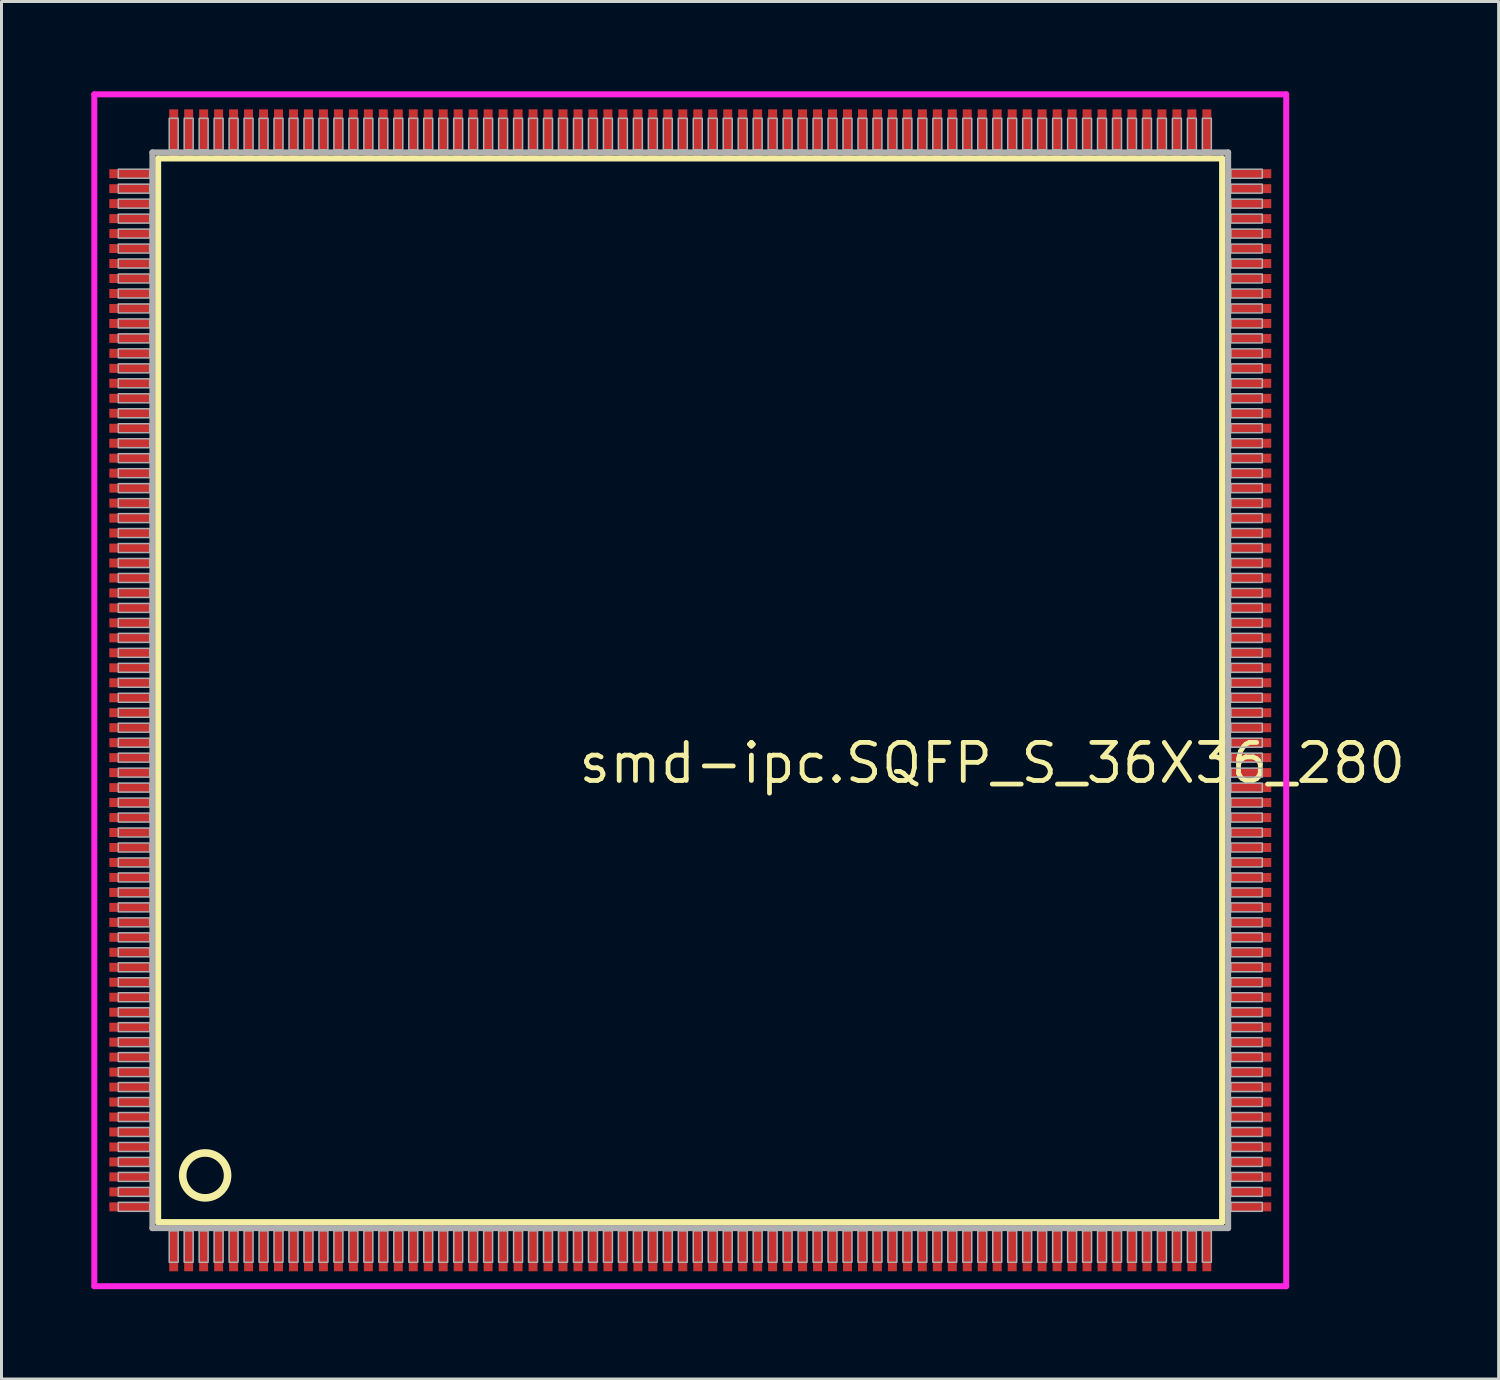
<source format=kicad_pcb>
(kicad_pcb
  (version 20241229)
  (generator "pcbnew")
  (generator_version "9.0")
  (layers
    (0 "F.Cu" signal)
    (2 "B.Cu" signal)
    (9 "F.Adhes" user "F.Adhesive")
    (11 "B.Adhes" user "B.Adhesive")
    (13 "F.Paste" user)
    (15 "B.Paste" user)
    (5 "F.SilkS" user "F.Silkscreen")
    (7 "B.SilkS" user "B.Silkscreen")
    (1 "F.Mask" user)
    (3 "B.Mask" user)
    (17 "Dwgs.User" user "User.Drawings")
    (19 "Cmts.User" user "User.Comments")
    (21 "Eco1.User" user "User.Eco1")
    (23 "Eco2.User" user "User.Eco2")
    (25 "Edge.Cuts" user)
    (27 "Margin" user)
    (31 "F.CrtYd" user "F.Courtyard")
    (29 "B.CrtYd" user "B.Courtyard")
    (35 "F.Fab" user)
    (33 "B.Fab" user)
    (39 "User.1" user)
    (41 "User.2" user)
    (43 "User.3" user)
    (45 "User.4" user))
  (footprint "smd-ipc.SQFP_S_36X36_280"
    (layer "F.Cu")
    (at 20 20)
    (property "Reference" "smd-ipc.SQFP_S_36X36_280" (at -3.81 3.175 0) (layer "F.SilkS") (effects (font (size 1.27 1.27) (thickness 0.16)) (justify left bottom)))
    (attr smd)
    (fp_line (start -17.77 -17.76) (end 17.76 -17.76) (stroke (width 0.203) (type default)) (layer "F.SilkS"))
    (fp_line (start -17.77 17.76) (end -17.77 -17.76) (stroke (width 0.203) (type default)) (layer "F.SilkS"))
    (fp_line (start 17.76 17.76) (end -17.77 17.76) (stroke (width 0.203) (type default)) (layer "F.SilkS"))
    (fp_line (start 17.76 -17.76) (end 17.76 17.76) (stroke (width 0.203) (type default)) (layer "F.SilkS"))
    (fp_circle (center -16.2 16.2) (end -15.45 16.2) (stroke (width 0.254) (type default)) (fill no) (layer "F.SilkS"))
    (fp_line (start -19.9 -19.9) (end 19.9 -19.9) (stroke (width 0.2) (type default)) (layer "F.CrtYd"))
    (fp_line (start -19.9 19.9) (end -19.9 -19.9) (stroke (width 0.2) (type default)) (layer "F.CrtYd"))
    (fp_line (start 19.9 -19.9) (end 19.9 19.9) (stroke (width 0.2) (type default)) (layer "F.CrtYd"))
    (fp_line (start 19.9 19.9) (end -19.9 19.9) (stroke (width 0.2) (type default)) (layer "F.CrtYd"))
    (fp_line (start -17.96 -17.96) (end -17.96 17.96) (stroke (width 0.203) (type default)) (layer "F.Fab"))
    (fp_line (start -17.96 17.96) (end 17.96 17.96) (stroke (width 0.203) (type default)) (layer "F.Fab"))
    (fp_line (start 17.96 -17.96) (end -17.96 -17.96) (stroke (width 0.203) (type default)) (layer "F.Fab"))
    (fp_line (start 17.96 17.96) (end 17.96 -17.96) (stroke (width 0.203) (type default)) (layer "F.Fab"))
    (fp_rect (start -19.1 -17.1) (end -18.05 -17.4) (stroke (width 0.05) (type default)) (fill no) (layer "F.Fab"))
    (fp_rect (start -19.1 -16.6) (end -18.05 -16.9) (stroke (width 0.05) (type default)) (fill no) (layer "F.Fab"))
    (fp_rect (start -19.1 -16.1) (end -18.05 -16.4) (stroke (width 0.05) (type default)) (fill no) (layer "F.Fab"))
    (fp_rect (start -19.1 -15.6) (end -18.05 -15.9) (stroke (width 0.05) (type default)) (fill no) (layer "F.Fab"))
    (fp_rect (start -19.1 -15.1) (end -18.05 -15.4) (stroke (width 0.05) (type default)) (fill no) (layer "F.Fab"))
    (fp_rect (start -19.1 -14.6) (end -18.05 -14.9) (stroke (width 0.05) (type default)) (fill no) (layer "F.Fab"))
    (fp_rect (start -19.1 -14.1) (end -18.05 -14.4) (stroke (width 0.05) (type default)) (fill no) (layer "F.Fab"))
    (fp_rect (start -19.1 -13.6) (end -18.05 -13.9) (stroke (width 0.05) (type default)) (fill no) (layer "F.Fab"))
    (fp_rect (start -19.1 -13.1) (end -18.05 -13.4) (stroke (width 0.05) (type default)) (fill no) (layer "F.Fab"))
    (fp_rect (start -19.1 -12.6) (end -18.05 -12.9) (stroke (width 0.05) (type default)) (fill no) (layer "F.Fab"))
    (fp_rect (start -19.1 -12.1) (end -18.05 -12.4) (stroke (width 0.05) (type default)) (fill no) (layer "F.Fab"))
    (fp_rect (start -19.1 -11.6) (end -18.05 -11.9) (stroke (width 0.05) (type default)) (fill no) (layer "F.Fab"))
    (fp_rect (start -19.1 -11.1) (end -18.05 -11.4) (stroke (width 0.05) (type default)) (fill no) (layer "F.Fab"))
    (fp_rect (start -19.1 -10.6) (end -18.05 -10.9) (stroke (width 0.05) (type default)) (fill no) (layer "F.Fab"))
    (fp_rect (start -19.1 -10.1) (end -18.05 -10.4) (stroke (width 0.05) (type default)) (fill no) (layer "F.Fab"))
    (fp_rect (start -19.1 -9.6) (end -18.05 -9.9) (stroke (width 0.05) (type default)) (fill no) (layer "F.Fab"))
    (fp_rect (start -19.1 -9.1) (end -18.05 -9.4) (stroke (width 0.05) (type default)) (fill no) (layer "F.Fab"))
    (fp_rect (start -19.1 -8.6) (end -18.05 -8.9) (stroke (width 0.05) (type default)) (fill no) (layer "F.Fab"))
    (fp_rect (start -19.1 -8.1) (end -18.05 -8.4) (stroke (width 0.05) (type default)) (fill no) (layer "F.Fab"))
    (fp_rect (start -19.1 -7.6) (end -18.05 -7.9) (stroke (width 0.05) (type default)) (fill no) (layer "F.Fab"))
    (fp_rect (start -19.1 -7.1) (end -18.05 -7.4) (stroke (width 0.05) (type default)) (fill no) (layer "F.Fab"))
    (fp_rect (start -19.1 -6.6) (end -18.05 -6.9) (stroke (width 0.05) (type default)) (fill no) (layer "F.Fab"))
    (fp_rect (start -19.1 -6.1) (end -18.05 -6.4) (stroke (width 0.05) (type default)) (fill no) (layer "F.Fab"))
    (fp_rect (start -19.1 -5.6) (end -18.05 -5.9) (stroke (width 0.05) (type default)) (fill no) (layer "F.Fab"))
    (fp_rect (start -19.1 -5.1) (end -18.05 -5.4) (stroke (width 0.05) (type default)) (fill no) (layer "F.Fab"))
    (fp_rect (start -19.1 -4.6) (end -18.05 -4.9) (stroke (width 0.05) (type default)) (fill no) (layer "F.Fab"))
    (fp_rect (start -19.1 -4.1) (end -18.05 -4.4) (stroke (width 0.05) (type default)) (fill no) (layer "F.Fab"))
    (fp_rect (start -19.1 -3.6) (end -18.05 -3.9) (stroke (width 0.05) (type default)) (fill no) (layer "F.Fab"))
    (fp_rect (start -19.1 -3.1) (end -18.05 -3.4) (stroke (width 0.05) (type default)) (fill no) (layer "F.Fab"))
    (fp_rect (start -19.1 -2.6) (end -18.05 -2.9) (stroke (width 0.05) (type default)) (fill no) (layer "F.Fab"))
    (fp_rect (start -19.1 -2.1) (end -18.05 -2.4) (stroke (width 0.05) (type default)) (fill no) (layer "F.Fab"))
    (fp_rect (start -19.1 -1.6) (end -18.05 -1.9) (stroke (width 0.05) (type default)) (fill no) (layer "F.Fab"))
    (fp_rect (start -19.1 -1.1) (end -18.05 -1.4) (stroke (width 0.05) (type default)) (fill no) (layer "F.Fab"))
    (fp_rect (start -19.1 -0.6) (end -18.05 -0.9) (stroke (width 0.05) (type default)) (fill no) (layer "F.Fab"))
    (fp_rect (start -19.1 -0.1) (end -18.05 -0.4) (stroke (width 0.05) (type default)) (fill no) (layer "F.Fab"))
    (fp_rect (start -19.1 0.4) (end -18.05 0.1) (stroke (width 0.05) (type default)) (fill no) (layer "F.Fab"))
    (fp_rect (start -19.1 0.9) (end -18.05 0.6) (stroke (width 0.05) (type default)) (fill no) (layer "F.Fab"))
    (fp_rect (start -19.1 1.4) (end -18.05 1.1) (stroke (width 0.05) (type default)) (fill no) (layer "F.Fab"))
    (fp_rect (start -19.1 1.9) (end -18.05 1.6) (stroke (width 0.05) (type default)) (fill no) (layer "F.Fab"))
    (fp_rect (start -19.1 2.4) (end -18.05 2.1) (stroke (width 0.05) (type default)) (fill no) (layer "F.Fab"))
    (fp_rect (start -19.1 2.9) (end -18.05 2.6) (stroke (width 0.05) (type default)) (fill no) (layer "F.Fab"))
    (fp_rect (start -19.1 3.4) (end -18.05 3.1) (stroke (width 0.05) (type default)) (fill no) (layer "F.Fab"))
    (fp_rect (start -19.1 3.9) (end -18.05 3.6) (stroke (width 0.05) (type default)) (fill no) (layer "F.Fab"))
    (fp_rect (start -19.1 4.4) (end -18.05 4.1) (stroke (width 0.05) (type default)) (fill no) (layer "F.Fab"))
    (fp_rect (start -19.1 4.9) (end -18.05 4.6) (stroke (width 0.05) (type default)) (fill no) (layer "F.Fab"))
    (fp_rect (start -19.1 5.4) (end -18.05 5.1) (stroke (width 0.05) (type default)) (fill no) (layer "F.Fab"))
    (fp_rect (start -19.1 5.9) (end -18.05 5.6) (stroke (width 0.05) (type default)) (fill no) (layer "F.Fab"))
    (fp_rect (start -19.1 6.4) (end -18.05 6.1) (stroke (width 0.05) (type default)) (fill no) (layer "F.Fab"))
    (fp_rect (start -19.1 6.9) (end -18.05 6.6) (stroke (width 0.05) (type default)) (fill no) (layer "F.Fab"))
    (fp_rect (start -19.1 7.4) (end -18.05 7.1) (stroke (width 0.05) (type default)) (fill no) (layer "F.Fab"))
    (fp_rect (start -19.1 7.9) (end -18.05 7.6) (stroke (width 0.05) (type default)) (fill no) (layer "F.Fab"))
    (fp_rect (start -19.1 8.4) (end -18.05 8.1) (stroke (width 0.05) (type default)) (fill no) (layer "F.Fab"))
    (fp_rect (start -19.1 8.9) (end -18.05 8.6) (stroke (width 0.05) (type default)) (fill no) (layer "F.Fab"))
    (fp_rect (start -19.1 9.4) (end -18.05 9.1) (stroke (width 0.05) (type default)) (fill no) (layer "F.Fab"))
    (fp_rect (start -19.1 9.9) (end -18.05 9.6) (stroke (width 0.05) (type default)) (fill no) (layer "F.Fab"))
    (fp_rect (start -19.1 10.4) (end -18.05 10.1) (stroke (width 0.05) (type default)) (fill no) (layer "F.Fab"))
    (fp_rect (start -19.1 10.9) (end -18.05 10.6) (stroke (width 0.05) (type default)) (fill no) (layer "F.Fab"))
    (fp_rect (start -19.1 11.4) (end -18.05 11.1) (stroke (width 0.05) (type default)) (fill no) (layer "F.Fab"))
    (fp_rect (start -19.1 11.9) (end -18.05 11.6) (stroke (width 0.05) (type default)) (fill no) (layer "F.Fab"))
    (fp_rect (start -19.1 12.4) (end -18.05 12.1) (stroke (width 0.05) (type default)) (fill no) (layer "F.Fab"))
    (fp_rect (start -19.1 12.9) (end -18.05 12.6) (stroke (width 0.05) (type default)) (fill no) (layer "F.Fab"))
    (fp_rect (start -19.1 13.4) (end -18.05 13.1) (stroke (width 0.05) (type default)) (fill no) (layer "F.Fab"))
    (fp_rect (start -19.1 13.9) (end -18.05 13.6) (stroke (width 0.05) (type default)) (fill no) (layer "F.Fab"))
    (fp_rect (start -19.1 14.4) (end -18.05 14.1) (stroke (width 0.05) (type default)) (fill no) (layer "F.Fab"))
    (fp_rect (start -19.1 14.9) (end -18.05 14.6) (stroke (width 0.05) (type default)) (fill no) (layer "F.Fab"))
    (fp_rect (start -19.1 15.4) (end -18.05 15.1) (stroke (width 0.05) (type default)) (fill no) (layer "F.Fab"))
    (fp_rect (start -19.1 15.9) (end -18.05 15.6) (stroke (width 0.05) (type default)) (fill no) (layer "F.Fab"))
    (fp_rect (start -19.1 16.4) (end -18.05 16.1) (stroke (width 0.05) (type default)) (fill no) (layer "F.Fab"))
    (fp_rect (start -19.1 16.9) (end -18.05 16.6) (stroke (width 0.05) (type default)) (fill no) (layer "F.Fab"))
    (fp_rect (start -19.1 17.4) (end -18.05 17.1) (stroke (width 0.05) (type default)) (fill no) (layer "F.Fab"))
    (fp_rect (start -17.4 -18.05) (end -17.1 -19.1) (stroke (width 0.05) (type default)) (fill no) (layer "F.Fab"))
    (fp_rect (start -17.4 19.1) (end -17.1 18.05) (stroke (width 0.05) (type default)) (fill no) (layer "F.Fab"))
    (fp_rect (start -16.9 -18.05) (end -16.6 -19.1) (stroke (width 0.05) (type default)) (fill no) (layer "F.Fab"))
    (fp_rect (start -16.9 19.1) (end -16.6 18.05) (stroke (width 0.05) (type default)) (fill no) (layer "F.Fab"))
    (fp_rect (start -16.4 -18.05) (end -16.1 -19.1) (stroke (width 0.05) (type default)) (fill no) (layer "F.Fab"))
    (fp_rect (start -16.4 19.1) (end -16.1 18.05) (stroke (width 0.05) (type default)) (fill no) (layer "F.Fab"))
    (fp_rect (start -15.9 -18.05) (end -15.6 -19.1) (stroke (width 0.05) (type default)) (fill no) (layer "F.Fab"))
    (fp_rect (start -15.9 19.1) (end -15.6 18.05) (stroke (width 0.05) (type default)) (fill no) (layer "F.Fab"))
    (fp_rect (start -15.4 -18.05) (end -15.1 -19.1) (stroke (width 0.05) (type default)) (fill no) (layer "F.Fab"))
    (fp_rect (start -15.4 19.1) (end -15.1 18.05) (stroke (width 0.05) (type default)) (fill no) (layer "F.Fab"))
    (fp_rect (start -14.9 -18.05) (end -14.6 -19.1) (stroke (width 0.05) (type default)) (fill no) (layer "F.Fab"))
    (fp_rect (start -14.9 19.1) (end -14.6 18.05) (stroke (width 0.05) (type default)) (fill no) (layer "F.Fab"))
    (fp_rect (start -14.4 -18.05) (end -14.1 -19.1) (stroke (width 0.05) (type default)) (fill no) (layer "F.Fab"))
    (fp_rect (start -14.4 19.1) (end -14.1 18.05) (stroke (width 0.05) (type default)) (fill no) (layer "F.Fab"))
    (fp_rect (start -13.9 -18.05) (end -13.6 -19.1) (stroke (width 0.05) (type default)) (fill no) (layer "F.Fab"))
    (fp_rect (start -13.9 19.1) (end -13.6 18.05) (stroke (width 0.05) (type default)) (fill no) (layer "F.Fab"))
    (fp_rect (start -13.4 -18.05) (end -13.1 -19.1) (stroke (width 0.05) (type default)) (fill no) (layer "F.Fab"))
    (fp_rect (start -13.4 19.1) (end -13.1 18.05) (stroke (width 0.05) (type default)) (fill no) (layer "F.Fab"))
    (fp_rect (start -12.9 -18.05) (end -12.6 -19.1) (stroke (width 0.05) (type default)) (fill no) (layer "F.Fab"))
    (fp_rect (start -12.9 19.1) (end -12.6 18.05) (stroke (width 0.05) (type default)) (fill no) (layer "F.Fab"))
    (fp_rect (start -12.4 -18.05) (end -12.1 -19.1) (stroke (width 0.05) (type default)) (fill no) (layer "F.Fab"))
    (fp_rect (start -12.4 19.1) (end -12.1 18.05) (stroke (width 0.05) (type default)) (fill no) (layer "F.Fab"))
    (fp_rect (start -11.9 -18.05) (end -11.6 -19.1) (stroke (width 0.05) (type default)) (fill no) (layer "F.Fab"))
    (fp_rect (start -11.9 19.1) (end -11.6 18.05) (stroke (width 0.05) (type default)) (fill no) (layer "F.Fab"))
    (fp_rect (start -11.4 -18.05) (end -11.1 -19.1) (stroke (width 0.05) (type default)) (fill no) (layer "F.Fab"))
    (fp_rect (start -11.4 19.1) (end -11.1 18.05) (stroke (width 0.05) (type default)) (fill no) (layer "F.Fab"))
    (fp_rect (start -10.9 -18.05) (end -10.6 -19.1) (stroke (width 0.05) (type default)) (fill no) (layer "F.Fab"))
    (fp_rect (start -10.9 19.1) (end -10.6 18.05) (stroke (width 0.05) (type default)) (fill no) (layer "F.Fab"))
    (fp_rect (start -10.4 -18.05) (end -10.1 -19.1) (stroke (width 0.05) (type default)) (fill no) (layer "F.Fab"))
    (fp_rect (start -10.4 19.1) (end -10.1 18.05) (stroke (width 0.05) (type default)) (fill no) (layer "F.Fab"))
    (fp_rect (start -9.9 -18.05) (end -9.6 -19.1) (stroke (width 0.05) (type default)) (fill no) (layer "F.Fab"))
    (fp_rect (start -9.9 19.1) (end -9.6 18.05) (stroke (width 0.05) (type default)) (fill no) (layer "F.Fab"))
    (fp_rect (start -9.4 -18.05) (end -9.1 -19.1) (stroke (width 0.05) (type default)) (fill no) (layer "F.Fab"))
    (fp_rect (start -9.4 19.1) (end -9.1 18.05) (stroke (width 0.05) (type default)) (fill no) (layer "F.Fab"))
    (fp_rect (start -8.9 -18.05) (end -8.6 -19.1) (stroke (width 0.05) (type default)) (fill no) (layer "F.Fab"))
    (fp_rect (start -8.9 19.1) (end -8.6 18.05) (stroke (width 0.05) (type default)) (fill no) (layer "F.Fab"))
    (fp_rect (start -8.4 -18.05) (end -8.1 -19.1) (stroke (width 0.05) (type default)) (fill no) (layer "F.Fab"))
    (fp_rect (start -8.4 19.1) (end -8.1 18.05) (stroke (width 0.05) (type default)) (fill no) (layer "F.Fab"))
    (fp_rect (start -7.9 -18.05) (end -7.6 -19.1) (stroke (width 0.05) (type default)) (fill no) (layer "F.Fab"))
    (fp_rect (start -7.9 19.1) (end -7.6 18.05) (stroke (width 0.05) (type default)) (fill no) (layer "F.Fab"))
    (fp_rect (start -7.4 -18.05) (end -7.1 -19.1) (stroke (width 0.05) (type default)) (fill no) (layer "F.Fab"))
    (fp_rect (start -7.4 19.1) (end -7.1 18.05) (stroke (width 0.05) (type default)) (fill no) (layer "F.Fab"))
    (fp_rect (start -6.9 -18.05) (end -6.6 -19.1) (stroke (width 0.05) (type default)) (fill no) (layer "F.Fab"))
    (fp_rect (start -6.9 19.1) (end -6.6 18.05) (stroke (width 0.05) (type default)) (fill no) (layer "F.Fab"))
    (fp_rect (start -6.4 -18.05) (end -6.1 -19.1) (stroke (width 0.05) (type default)) (fill no) (layer "F.Fab"))
    (fp_rect (start -6.4 19.1) (end -6.1 18.05) (stroke (width 0.05) (type default)) (fill no) (layer "F.Fab"))
    (fp_rect (start -5.9 -18.05) (end -5.6 -19.1) (stroke (width 0.05) (type default)) (fill no) (layer "F.Fab"))
    (fp_rect (start -5.9 19.1) (end -5.6 18.05) (stroke (width 0.05) (type default)) (fill no) (layer "F.Fab"))
    (fp_rect (start -5.4 -18.05) (end -5.1 -19.1) (stroke (width 0.05) (type default)) (fill no) (layer "F.Fab"))
    (fp_rect (start -5.4 19.1) (end -5.1 18.05) (stroke (width 0.05) (type default)) (fill no) (layer "F.Fab"))
    (fp_rect (start -4.9 -18.05) (end -4.6 -19.1) (stroke (width 0.05) (type default)) (fill no) (layer "F.Fab"))
    (fp_rect (start -4.9 19.1) (end -4.6 18.05) (stroke (width 0.05) (type default)) (fill no) (layer "F.Fab"))
    (fp_rect (start -4.4 -18.05) (end -4.1 -19.1) (stroke (width 0.05) (type default)) (fill no) (layer "F.Fab"))
    (fp_rect (start -4.4 19.1) (end -4.1 18.05) (stroke (width 0.05) (type default)) (fill no) (layer "F.Fab"))
    (fp_rect (start -3.9 -18.05) (end -3.6 -19.1) (stroke (width 0.05) (type default)) (fill no) (layer "F.Fab"))
    (fp_rect (start -3.9 19.1) (end -3.6 18.05) (stroke (width 0.05) (type default)) (fill no) (layer "F.Fab"))
    (fp_rect (start -3.4 -18.05) (end -3.1 -19.1) (stroke (width 0.05) (type default)) (fill no) (layer "F.Fab"))
    (fp_rect (start -3.4 19.1) (end -3.1 18.05) (stroke (width 0.05) (type default)) (fill no) (layer "F.Fab"))
    (fp_rect (start -2.9 -18.05) (end -2.6 -19.1) (stroke (width 0.05) (type default)) (fill no) (layer "F.Fab"))
    (fp_rect (start -2.9 19.1) (end -2.6 18.05) (stroke (width 0.05) (type default)) (fill no) (layer "F.Fab"))
    (fp_rect (start -2.4 -18.05) (end -2.1 -19.1) (stroke (width 0.05) (type default)) (fill no) (layer "F.Fab"))
    (fp_rect (start -2.4 19.1) (end -2.1 18.05) (stroke (width 0.05) (type default)) (fill no) (layer "F.Fab"))
    (fp_rect (start -1.9 -18.05) (end -1.6 -19.1) (stroke (width 0.05) (type default)) (fill no) (layer "F.Fab"))
    (fp_rect (start -1.9 19.1) (end -1.6 18.05) (stroke (width 0.05) (type default)) (fill no) (layer "F.Fab"))
    (fp_rect (start -1.4 -18.05) (end -1.1 -19.1) (stroke (width 0.05) (type default)) (fill no) (layer "F.Fab"))
    (fp_rect (start -1.4 19.1) (end -1.1 18.05) (stroke (width 0.05) (type default)) (fill no) (layer "F.Fab"))
    (fp_rect (start -0.9 -18.05) (end -0.6 -19.1) (stroke (width 0.05) (type default)) (fill no) (layer "F.Fab"))
    (fp_rect (start -0.9 19.1) (end -0.6 18.05) (stroke (width 0.05) (type default)) (fill no) (layer "F.Fab"))
    (fp_rect (start -0.4 -18.05) (end -0.1 -19.1) (stroke (width 0.05) (type default)) (fill no) (layer "F.Fab"))
    (fp_rect (start -0.4 19.1) (end -0.1 18.05) (stroke (width 0.05) (type default)) (fill no) (layer "F.Fab"))
    (fp_rect (start 0.1 -18.05) (end 0.4 -19.1) (stroke (width 0.05) (type default)) (fill no) (layer "F.Fab"))
    (fp_rect (start 0.1 19.1) (end 0.4 18.05) (stroke (width 0.05) (type default)) (fill no) (layer "F.Fab"))
    (fp_rect (start 0.6 -18.05) (end 0.9 -19.1) (stroke (width 0.05) (type default)) (fill no) (layer "F.Fab"))
    (fp_rect (start 0.6 19.1) (end 0.9 18.05) (stroke (width 0.05) (type default)) (fill no) (layer "F.Fab"))
    (fp_rect (start 1.1 -18.05) (end 1.4 -19.1) (stroke (width 0.05) (type default)) (fill no) (layer "F.Fab"))
    (fp_rect (start 1.1 19.1) (end 1.4 18.05) (stroke (width 0.05) (type default)) (fill no) (layer "F.Fab"))
    (fp_rect (start 1.6 -18.05) (end 1.9 -19.1) (stroke (width 0.05) (type default)) (fill no) (layer "F.Fab"))
    (fp_rect (start 1.6 19.1) (end 1.9 18.05) (stroke (width 0.05) (type default)) (fill no) (layer "F.Fab"))
    (fp_rect (start 2.1 -18.05) (end 2.4 -19.1) (stroke (width 0.05) (type default)) (fill no) (layer "F.Fab"))
    (fp_rect (start 2.1 19.1) (end 2.4 18.05) (stroke (width 0.05) (type default)) (fill no) (layer "F.Fab"))
    (fp_rect (start 2.6 -18.05) (end 2.9 -19.1) (stroke (width 0.05) (type default)) (fill no) (layer "F.Fab"))
    (fp_rect (start 2.6 19.1) (end 2.9 18.05) (stroke (width 0.05) (type default)) (fill no) (layer "F.Fab"))
    (fp_rect (start 3.1 -18.05) (end 3.4 -19.1) (stroke (width 0.05) (type default)) (fill no) (layer "F.Fab"))
    (fp_rect (start 3.1 19.1) (end 3.4 18.05) (stroke (width 0.05) (type default)) (fill no) (layer "F.Fab"))
    (fp_rect (start 3.6 -18.05) (end 3.9 -19.1) (stroke (width 0.05) (type default)) (fill no) (layer "F.Fab"))
    (fp_rect (start 3.6 19.1) (end 3.9 18.05) (stroke (width 0.05) (type default)) (fill no) (layer "F.Fab"))
    (fp_rect (start 4.1 -18.05) (end 4.4 -19.1) (stroke (width 0.05) (type default)) (fill no) (layer "F.Fab"))
    (fp_rect (start 4.1 19.1) (end 4.4 18.05) (stroke (width 0.05) (type default)) (fill no) (layer "F.Fab"))
    (fp_rect (start 4.6 -18.05) (end 4.9 -19.1) (stroke (width 0.05) (type default)) (fill no) (layer "F.Fab"))
    (fp_rect (start 4.6 19.1) (end 4.9 18.05) (stroke (width 0.05) (type default)) (fill no) (layer "F.Fab"))
    (fp_rect (start 5.1 -18.05) (end 5.4 -19.1) (stroke (width 0.05) (type default)) (fill no) (layer "F.Fab"))
    (fp_rect (start 5.1 19.1) (end 5.4 18.05) (stroke (width 0.05) (type default)) (fill no) (layer "F.Fab"))
    (fp_rect (start 5.6 -18.05) (end 5.9 -19.1) (stroke (width 0.05) (type default)) (fill no) (layer "F.Fab"))
    (fp_rect (start 5.6 19.1) (end 5.9 18.05) (stroke (width 0.05) (type default)) (fill no) (layer "F.Fab"))
    (fp_rect (start 6.1 -18.05) (end 6.4 -19.1) (stroke (width 0.05) (type default)) (fill no) (layer "F.Fab"))
    (fp_rect (start 6.1 19.1) (end 6.4 18.05) (stroke (width 0.05) (type default)) (fill no) (layer "F.Fab"))
    (fp_rect (start 6.6 -18.05) (end 6.9 -19.1) (stroke (width 0.05) (type default)) (fill no) (layer "F.Fab"))
    (fp_rect (start 6.6 19.1) (end 6.9 18.05) (stroke (width 0.05) (type default)) (fill no) (layer "F.Fab"))
    (fp_rect (start 7.1 -18.05) (end 7.4 -19.1) (stroke (width 0.05) (type default)) (fill no) (layer "F.Fab"))
    (fp_rect (start 7.1 19.1) (end 7.4 18.05) (stroke (width 0.05) (type default)) (fill no) (layer "F.Fab"))
    (fp_rect (start 7.6 -18.05) (end 7.9 -19.1) (stroke (width 0.05) (type default)) (fill no) (layer "F.Fab"))
    (fp_rect (start 7.6 19.1) (end 7.9 18.05) (stroke (width 0.05) (type default)) (fill no) (layer "F.Fab"))
    (fp_rect (start 8.1 -18.05) (end 8.4 -19.1) (stroke (width 0.05) (type default)) (fill no) (layer "F.Fab"))
    (fp_rect (start 8.1 19.1) (end 8.4 18.05) (stroke (width 0.05) (type default)) (fill no) (layer "F.Fab"))
    (fp_rect (start 8.6 -18.05) (end 8.9 -19.1) (stroke (width 0.05) (type default)) (fill no) (layer "F.Fab"))
    (fp_rect (start 8.6 19.1) (end 8.9 18.05) (stroke (width 0.05) (type default)) (fill no) (layer "F.Fab"))
    (fp_rect (start 9.1 -18.05) (end 9.4 -19.1) (stroke (width 0.05) (type default)) (fill no) (layer "F.Fab"))
    (fp_rect (start 9.1 19.1) (end 9.4 18.05) (stroke (width 0.05) (type default)) (fill no) (layer "F.Fab"))
    (fp_rect (start 9.6 -18.05) (end 9.9 -19.1) (stroke (width 0.05) (type default)) (fill no) (layer "F.Fab"))
    (fp_rect (start 9.6 19.1) (end 9.9 18.05) (stroke (width 0.05) (type default)) (fill no) (layer "F.Fab"))
    (fp_rect (start 10.1 -18.05) (end 10.4 -19.1) (stroke (width 0.05) (type default)) (fill no) (layer "F.Fab"))
    (fp_rect (start 10.1 19.1) (end 10.4 18.05) (stroke (width 0.05) (type default)) (fill no) (layer "F.Fab"))
    (fp_rect (start 10.6 -18.05) (end 10.9 -19.1) (stroke (width 0.05) (type default)) (fill no) (layer "F.Fab"))
    (fp_rect (start 10.6 19.1) (end 10.9 18.05) (stroke (width 0.05) (type default)) (fill no) (layer "F.Fab"))
    (fp_rect (start 11.1 -18.05) (end 11.4 -19.1) (stroke (width 0.05) (type default)) (fill no) (layer "F.Fab"))
    (fp_rect (start 11.1 19.1) (end 11.4 18.05) (stroke (width 0.05) (type default)) (fill no) (layer "F.Fab"))
    (fp_rect (start 11.6 -18.05) (end 11.9 -19.1) (stroke (width 0.05) (type default)) (fill no) (layer "F.Fab"))
    (fp_rect (start 11.6 19.1) (end 11.9 18.05) (stroke (width 0.05) (type default)) (fill no) (layer "F.Fab"))
    (fp_rect (start 12.1 -18.05) (end 12.4 -19.1) (stroke (width 0.05) (type default)) (fill no) (layer "F.Fab"))
    (fp_rect (start 12.1 19.1) (end 12.4 18.05) (stroke (width 0.05) (type default)) (fill no) (layer "F.Fab"))
    (fp_rect (start 12.6 -18.05) (end 12.9 -19.1) (stroke (width 0.05) (type default)) (fill no) (layer "F.Fab"))
    (fp_rect (start 12.6 19.1) (end 12.9 18.05) (stroke (width 0.05) (type default)) (fill no) (layer "F.Fab"))
    (fp_rect (start 13.1 -18.05) (end 13.4 -19.1) (stroke (width 0.05) (type default)) (fill no) (layer "F.Fab"))
    (fp_rect (start 13.1 19.1) (end 13.4 18.05) (stroke (width 0.05) (type default)) (fill no) (layer "F.Fab"))
    (fp_rect (start 13.6 -18.05) (end 13.9 -19.1) (stroke (width 0.05) (type default)) (fill no) (layer "F.Fab"))
    (fp_rect (start 13.6 19.1) (end 13.9 18.05) (stroke (width 0.05) (type default)) (fill no) (layer "F.Fab"))
    (fp_rect (start 14.1 -18.05) (end 14.4 -19.1) (stroke (width 0.05) (type default)) (fill no) (layer "F.Fab"))
    (fp_rect (start 14.1 19.1) (end 14.4 18.05) (stroke (width 0.05) (type default)) (fill no) (layer "F.Fab"))
    (fp_rect (start 14.6 -18.05) (end 14.9 -19.1) (stroke (width 0.05) (type default)) (fill no) (layer "F.Fab"))
    (fp_rect (start 14.6 19.1) (end 14.9 18.05) (stroke (width 0.05) (type default)) (fill no) (layer "F.Fab"))
    (fp_rect (start 15.1 -18.05) (end 15.4 -19.1) (stroke (width 0.05) (type default)) (fill no) (layer "F.Fab"))
    (fp_rect (start 15.1 19.1) (end 15.4 18.05) (stroke (width 0.05) (type default)) (fill no) (layer "F.Fab"))
    (fp_rect (start 15.6 -18.05) (end 15.9 -19.1) (stroke (width 0.05) (type default)) (fill no) (layer "F.Fab"))
    (fp_rect (start 15.6 19.1) (end 15.9 18.05) (stroke (width 0.05) (type default)) (fill no) (layer "F.Fab"))
    (fp_rect (start 16.1 -18.05) (end 16.4 -19.1) (stroke (width 0.05) (type default)) (fill no) (layer "F.Fab"))
    (fp_rect (start 16.1 19.1) (end 16.4 18.05) (stroke (width 0.05) (type default)) (fill no) (layer "F.Fab"))
    (fp_rect (start 16.6 -18.05) (end 16.9 -19.1) (stroke (width 0.05) (type default)) (fill no) (layer "F.Fab"))
    (fp_rect (start 16.6 19.1) (end 16.9 18.05) (stroke (width 0.05) (type default)) (fill no) (layer "F.Fab"))
    (fp_rect (start 17.1 -18.05) (end 17.4 -19.1) (stroke (width 0.05) (type default)) (fill no) (layer "F.Fab"))
    (fp_rect (start 17.1 19.1) (end 17.4 18.05) (stroke (width 0.05) (type default)) (fill no) (layer "F.Fab"))
    (fp_rect (start 18.05 -17.1) (end 19.1 -17.4) (stroke (width 0.05) (type default)) (fill no) (layer "F.Fab"))
    (fp_rect (start 18.05 -16.6) (end 19.1 -16.9) (stroke (width 0.05) (type default)) (fill no) (layer "F.Fab"))
    (fp_rect (start 18.05 -16.1) (end 19.1 -16.4) (stroke (width 0.05) (type default)) (fill no) (layer "F.Fab"))
    (fp_rect (start 18.05 -15.6) (end 19.1 -15.9) (stroke (width 0.05) (type default)) (fill no) (layer "F.Fab"))
    (fp_rect (start 18.05 -15.1) (end 19.1 -15.4) (stroke (width 0.05) (type default)) (fill no) (layer "F.Fab"))
    (fp_rect (start 18.05 -14.6) (end 19.1 -14.9) (stroke (width 0.05) (type default)) (fill no) (layer "F.Fab"))
    (fp_rect (start 18.05 -14.1) (end 19.1 -14.4) (stroke (width 0.05) (type default)) (fill no) (layer "F.Fab"))
    (fp_rect (start 18.05 -13.6) (end 19.1 -13.9) (stroke (width 0.05) (type default)) (fill no) (layer "F.Fab"))
    (fp_rect (start 18.05 -13.1) (end 19.1 -13.4) (stroke (width 0.05) (type default)) (fill no) (layer "F.Fab"))
    (fp_rect (start 18.05 -12.6) (end 19.1 -12.9) (stroke (width 0.05) (type default)) (fill no) (layer "F.Fab"))
    (fp_rect (start 18.05 -12.1) (end 19.1 -12.4) (stroke (width 0.05) (type default)) (fill no) (layer "F.Fab"))
    (fp_rect (start 18.05 -11.6) (end 19.1 -11.9) (stroke (width 0.05) (type default)) (fill no) (layer "F.Fab"))
    (fp_rect (start 18.05 -11.1) (end 19.1 -11.4) (stroke (width 0.05) (type default)) (fill no) (layer "F.Fab"))
    (fp_rect (start 18.05 -10.6) (end 19.1 -10.9) (stroke (width 0.05) (type default)) (fill no) (layer "F.Fab"))
    (fp_rect (start 18.05 -10.1) (end 19.1 -10.4) (stroke (width 0.05) (type default)) (fill no) (layer "F.Fab"))
    (fp_rect (start 18.05 -9.6) (end 19.1 -9.9) (stroke (width 0.05) (type default)) (fill no) (layer "F.Fab"))
    (fp_rect (start 18.05 -9.1) (end 19.1 -9.4) (stroke (width 0.05) (type default)) (fill no) (layer "F.Fab"))
    (fp_rect (start 18.05 -8.6) (end 19.1 -8.9) (stroke (width 0.05) (type default)) (fill no) (layer "F.Fab"))
    (fp_rect (start 18.05 -8.1) (end 19.1 -8.4) (stroke (width 0.05) (type default)) (fill no) (layer "F.Fab"))
    (fp_rect (start 18.05 -7.6) (end 19.1 -7.9) (stroke (width 0.05) (type default)) (fill no) (layer "F.Fab"))
    (fp_rect (start 18.05 -7.1) (end 19.1 -7.4) (stroke (width 0.05) (type default)) (fill no) (layer "F.Fab"))
    (fp_rect (start 18.05 -6.6) (end 19.1 -6.9) (stroke (width 0.05) (type default)) (fill no) (layer "F.Fab"))
    (fp_rect (start 18.05 -6.1) (end 19.1 -6.4) (stroke (width 0.05) (type default)) (fill no) (layer "F.Fab"))
    (fp_rect (start 18.05 -5.6) (end 19.1 -5.9) (stroke (width 0.05) (type default)) (fill no) (layer "F.Fab"))
    (fp_rect (start 18.05 -5.1) (end 19.1 -5.4) (stroke (width 0.05) (type default)) (fill no) (layer "F.Fab"))
    (fp_rect (start 18.05 -4.6) (end 19.1 -4.9) (stroke (width 0.05) (type default)) (fill no) (layer "F.Fab"))
    (fp_rect (start 18.05 -4.1) (end 19.1 -4.4) (stroke (width 0.05) (type default)) (fill no) (layer "F.Fab"))
    (fp_rect (start 18.05 -3.6) (end 19.1 -3.9) (stroke (width 0.05) (type default)) (fill no) (layer "F.Fab"))
    (fp_rect (start 18.05 -3.1) (end 19.1 -3.4) (stroke (width 0.05) (type default)) (fill no) (layer "F.Fab"))
    (fp_rect (start 18.05 -2.6) (end 19.1 -2.9) (stroke (width 0.05) (type default)) (fill no) (layer "F.Fab"))
    (fp_rect (start 18.05 -2.1) (end 19.1 -2.4) (stroke (width 0.05) (type default)) (fill no) (layer "F.Fab"))
    (fp_rect (start 18.05 -1.6) (end 19.1 -1.9) (stroke (width 0.05) (type default)) (fill no) (layer "F.Fab"))
    (fp_rect (start 18.05 -1.1) (end 19.1 -1.4) (stroke (width 0.05) (type default)) (fill no) (layer "F.Fab"))
    (fp_rect (start 18.05 -0.6) (end 19.1 -0.9) (stroke (width 0.05) (type default)) (fill no) (layer "F.Fab"))
    (fp_rect (start 18.05 -0.1) (end 19.1 -0.4) (stroke (width 0.05) (type default)) (fill no) (layer "F.Fab"))
    (fp_rect (start 18.05 0.4) (end 19.1 0.1) (stroke (width 0.05) (type default)) (fill no) (layer "F.Fab"))
    (fp_rect (start 18.05 0.9) (end 19.1 0.6) (stroke (width 0.05) (type default)) (fill no) (layer "F.Fab"))
    (fp_rect (start 18.05 1.4) (end 19.1 1.1) (stroke (width 0.05) (type default)) (fill no) (layer "F.Fab"))
    (fp_rect (start 18.05 1.9) (end 19.1 1.6) (stroke (width 0.05) (type default)) (fill no) (layer "F.Fab"))
    (fp_rect (start 18.05 2.4) (end 19.1 2.1) (stroke (width 0.05) (type default)) (fill no) (layer "F.Fab"))
    (fp_rect (start 18.05 2.9) (end 19.1 2.6) (stroke (width 0.05) (type default)) (fill no) (layer "F.Fab"))
    (fp_rect (start 18.05 3.4) (end 19.1 3.1) (stroke (width 0.05) (type default)) (fill no) (layer "F.Fab"))
    (fp_rect (start 18.05 3.9) (end 19.1 3.6) (stroke (width 0.05) (type default)) (fill no) (layer "F.Fab"))
    (fp_rect (start 18.05 4.4) (end 19.1 4.1) (stroke (width 0.05) (type default)) (fill no) (layer "F.Fab"))
    (fp_rect (start 18.05 4.9) (end 19.1 4.6) (stroke (width 0.05) (type default)) (fill no) (layer "F.Fab"))
    (fp_rect (start 18.05 5.4) (end 19.1 5.1) (stroke (width 0.05) (type default)) (fill no) (layer "F.Fab"))
    (fp_rect (start 18.05 5.9) (end 19.1 5.6) (stroke (width 0.05) (type default)) (fill no) (layer "F.Fab"))
    (fp_rect (start 18.05 6.4) (end 19.1 6.1) (stroke (width 0.05) (type default)) (fill no) (layer "F.Fab"))
    (fp_rect (start 18.05 6.9) (end 19.1 6.6) (stroke (width 0.05) (type default)) (fill no) (layer "F.Fab"))
    (fp_rect (start 18.05 7.4) (end 19.1 7.1) (stroke (width 0.05) (type default)) (fill no) (layer "F.Fab"))
    (fp_rect (start 18.05 7.9) (end 19.1 7.6) (stroke (width 0.05) (type default)) (fill no) (layer "F.Fab"))
    (fp_rect (start 18.05 8.4) (end 19.1 8.1) (stroke (width 0.05) (type default)) (fill no) (layer "F.Fab"))
    (fp_rect (start 18.05 8.9) (end 19.1 8.6) (stroke (width 0.05) (type default)) (fill no) (layer "F.Fab"))
    (fp_rect (start 18.05 9.4) (end 19.1 9.1) (stroke (width 0.05) (type default)) (fill no) (layer "F.Fab"))
    (fp_rect (start 18.05 9.9) (end 19.1 9.6) (stroke (width 0.05) (type default)) (fill no) (layer "F.Fab"))
    (fp_rect (start 18.05 10.4) (end 19.1 10.1) (stroke (width 0.05) (type default)) (fill no) (layer "F.Fab"))
    (fp_rect (start 18.05 10.9) (end 19.1 10.6) (stroke (width 0.05) (type default)) (fill no) (layer "F.Fab"))
    (fp_rect (start 18.05 11.4) (end 19.1 11.1) (stroke (width 0.05) (type default)) (fill no) (layer "F.Fab"))
    (fp_rect (start 18.05 11.9) (end 19.1 11.6) (stroke (width 0.05) (type default)) (fill no) (layer "F.Fab"))
    (fp_rect (start 18.05 12.4) (end 19.1 12.1) (stroke (width 0.05) (type default)) (fill no) (layer "F.Fab"))
    (fp_rect (start 18.05 12.9) (end 19.1 12.6) (stroke (width 0.05) (type default)) (fill no) (layer "F.Fab"))
    (fp_rect (start 18.05 13.4) (end 19.1 13.1) (stroke (width 0.05) (type default)) (fill no) (layer "F.Fab"))
    (fp_rect (start 18.05 13.9) (end 19.1 13.6) (stroke (width 0.05) (type default)) (fill no) (layer "F.Fab"))
    (fp_rect (start 18.05 14.4) (end 19.1 14.1) (stroke (width 0.05) (type default)) (fill no) (layer "F.Fab"))
    (fp_rect (start 18.05 14.9) (end 19.1 14.6) (stroke (width 0.05) (type default)) (fill no) (layer "F.Fab"))
    (fp_rect (start 18.05 15.4) (end 19.1 15.1) (stroke (width 0.05) (type default)) (fill no) (layer "F.Fab"))
    (fp_rect (start 18.05 15.9) (end 19.1 15.6) (stroke (width 0.05) (type default)) (fill no) (layer "F.Fab"))
    (fp_rect (start 18.05 16.4) (end 19.1 16.1) (stroke (width 0.05) (type default)) (fill no) (layer "F.Fab"))
    (fp_rect (start 18.05 16.9) (end 19.1 16.6) (stroke (width 0.05) (type default)) (fill no) (layer "F.Fab"))
    (fp_rect (start 18.05 17.4) (end 19.1 17.1) (stroke (width 0.05) (type default)) (fill no) (layer "F.Fab"))
    (pad "1" smd roundrect (at -17.25 18.6) (size 0.3 1.6) (layers "F.Cu" "F.Mask" "F.Paste") (roundrect_rratio 0.01))
    (pad "2" smd roundrect (at -16.75 18.6) (size 0.3 1.6) (layers "F.Cu" "F.Mask" "F.Paste") (roundrect_rratio 0.01))
    (pad "3" smd roundrect (at -16.25 18.6) (size 0.3 1.6) (layers "F.Cu" "F.Mask" "F.Paste") (roundrect_rratio 0.01))
    (pad "4" smd roundrect (at -15.75 18.6) (size 0.3 1.6) (layers "F.Cu" "F.Mask" "F.Paste") (roundrect_rratio 0.01))
    (pad "5" smd roundrect (at -15.25 18.6) (size 0.3 1.6) (layers "F.Cu" "F.Mask" "F.Paste") (roundrect_rratio 0.01))
    (pad "6" smd roundrect (at -14.75 18.6) (size 0.3 1.6) (layers "F.Cu" "F.Mask" "F.Paste") (roundrect_rratio 0.01))
    (pad "7" smd roundrect (at -14.25 18.6) (size 0.3 1.6) (layers "F.Cu" "F.Mask" "F.Paste") (roundrect_rratio 0.01))
    (pad "8" smd roundrect (at -13.75 18.6) (size 0.3 1.6) (layers "F.Cu" "F.Mask" "F.Paste") (roundrect_rratio 0.01))
    (pad "9" smd roundrect (at -13.25 18.6) (size 0.3 1.6) (layers "F.Cu" "F.Mask" "F.Paste") (roundrect_rratio 0.01))
    (pad "10" smd roundrect (at -12.75 18.6) (size 0.3 1.6) (layers "F.Cu" "F.Mask" "F.Paste") (roundrect_rratio 0.01))
    (pad "11" smd roundrect (at -12.25 18.6) (size 0.3 1.6) (layers "F.Cu" "F.Mask" "F.Paste") (roundrect_rratio 0.01))
    (pad "12" smd roundrect (at -11.75 18.6) (size 0.3 1.6) (layers "F.Cu" "F.Mask" "F.Paste") (roundrect_rratio 0.01))
    (pad "13" smd roundrect (at -11.25 18.6) (size 0.3 1.6) (layers "F.Cu" "F.Mask" "F.Paste") (roundrect_rratio 0.01))
    (pad "14" smd roundrect (at -10.75 18.6) (size 0.3 1.6) (layers "F.Cu" "F.Mask" "F.Paste") (roundrect_rratio 0.01))
    (pad "15" smd roundrect (at -10.25 18.6) (size 0.3 1.6) (layers "F.Cu" "F.Mask" "F.Paste") (roundrect_rratio 0.01))
    (pad "16" smd roundrect (at -9.75 18.6) (size 0.3 1.6) (layers "F.Cu" "F.Mask" "F.Paste") (roundrect_rratio 0.01))
    (pad "17" smd roundrect (at -9.25 18.6) (size 0.3 1.6) (layers "F.Cu" "F.Mask" "F.Paste") (roundrect_rratio 0.01))
    (pad "18" smd roundrect (at -8.75 18.6) (size 0.3 1.6) (layers "F.Cu" "F.Mask" "F.Paste") (roundrect_rratio 0.01))
    (pad "19" smd roundrect (at -8.25 18.6) (size 0.3 1.6) (layers "F.Cu" "F.Mask" "F.Paste") (roundrect_rratio 0.01))
    (pad "20" smd roundrect (at -7.75 18.6) (size 0.3 1.6) (layers "F.Cu" "F.Mask" "F.Paste") (roundrect_rratio 0.01))
    (pad "21" smd roundrect (at -7.25 18.6) (size 0.3 1.6) (layers "F.Cu" "F.Mask" "F.Paste") (roundrect_rratio 0.01))
    (pad "22" smd roundrect (at -6.75 18.6) (size 0.3 1.6) (layers "F.Cu" "F.Mask" "F.Paste") (roundrect_rratio 0.01))
    (pad "23" smd roundrect (at -6.25 18.6) (size 0.3 1.6) (layers "F.Cu" "F.Mask" "F.Paste") (roundrect_rratio 0.01))
    (pad "24" smd roundrect (at -5.75 18.6) (size 0.3 1.6) (layers "F.Cu" "F.Mask" "F.Paste") (roundrect_rratio 0.01))
    (pad "25" smd roundrect (at -5.25 18.6) (size 0.3 1.6) (layers "F.Cu" "F.Mask" "F.Paste") (roundrect_rratio 0.01))
    (pad "26" smd roundrect (at -4.75 18.6) (size 0.3 1.6) (layers "F.Cu" "F.Mask" "F.Paste") (roundrect_rratio 0.01))
    (pad "27" smd roundrect (at -4.25 18.6) (size 0.3 1.6) (layers "F.Cu" "F.Mask" "F.Paste") (roundrect_rratio 0.01))
    (pad "28" smd roundrect (at -3.75 18.6) (size 0.3 1.6) (layers "F.Cu" "F.Mask" "F.Paste") (roundrect_rratio 0.01))
    (pad "29" smd roundrect (at -3.25 18.6) (size 0.3 1.6) (layers "F.Cu" "F.Mask" "F.Paste") (roundrect_rratio 0.01))
    (pad "30" smd roundrect (at -2.75 18.6) (size 0.3 1.6) (layers "F.Cu" "F.Mask" "F.Paste") (roundrect_rratio 0.01))
    (pad "31" smd roundrect (at -2.25 18.6) (size 0.3 1.6) (layers "F.Cu" "F.Mask" "F.Paste") (roundrect_rratio 0.01))
    (pad "32" smd roundrect (at -1.75 18.6) (size 0.3 1.6) (layers "F.Cu" "F.Mask" "F.Paste") (roundrect_rratio 0.01))
    (pad "33" smd roundrect (at -1.25 18.6) (size 0.3 1.6) (layers "F.Cu" "F.Mask" "F.Paste") (roundrect_rratio 0.01))
    (pad "34" smd roundrect (at -0.75 18.6) (size 0.3 1.6) (layers "F.Cu" "F.Mask" "F.Paste") (roundrect_rratio 0.01))
    (pad "35" smd roundrect (at -0.25 18.6) (size 0.3 1.6) (layers "F.Cu" "F.Mask" "F.Paste") (roundrect_rratio 0.01))
    (pad "36" smd roundrect (at 0.25 18.6) (size 0.3 1.6) (layers "F.Cu" "F.Mask" "F.Paste") (roundrect_rratio 0.01))
    (pad "37" smd roundrect (at 0.75 18.6) (size 0.3 1.6) (layers "F.Cu" "F.Mask" "F.Paste") (roundrect_rratio 0.01))
    (pad "38" smd roundrect (at 1.25 18.6) (size 0.3 1.6) (layers "F.Cu" "F.Mask" "F.Paste") (roundrect_rratio 0.01))
    (pad "39" smd roundrect (at 1.75 18.6) (size 0.3 1.6) (layers "F.Cu" "F.Mask" "F.Paste") (roundrect_rratio 0.01))
    (pad "40" smd roundrect (at 2.25 18.6) (size 0.3 1.6) (layers "F.Cu" "F.Mask" "F.Paste") (roundrect_rratio 0.01))
    (pad "41" smd roundrect (at 2.75 18.6) (size 0.3 1.6) (layers "F.Cu" "F.Mask" "F.Paste") (roundrect_rratio 0.01))
    (pad "42" smd roundrect (at 3.25 18.6) (size 0.3 1.6) (layers "F.Cu" "F.Mask" "F.Paste") (roundrect_rratio 0.01))
    (pad "43" smd roundrect (at 3.75 18.6) (size 0.3 1.6) (layers "F.Cu" "F.Mask" "F.Paste") (roundrect_rratio 0.01))
    (pad "44" smd roundrect (at 4.25 18.6) (size 0.3 1.6) (layers "F.Cu" "F.Mask" "F.Paste") (roundrect_rratio 0.01))
    (pad "45" smd roundrect (at 4.75 18.6) (size 0.3 1.6) (layers "F.Cu" "F.Mask" "F.Paste") (roundrect_rratio 0.01))
    (pad "46" smd roundrect (at 5.25 18.6) (size 0.3 1.6) (layers "F.Cu" "F.Mask" "F.Paste") (roundrect_rratio 0.01))
    (pad "47" smd roundrect (at 5.75 18.6) (size 0.3 1.6) (layers "F.Cu" "F.Mask" "F.Paste") (roundrect_rratio 0.01))
    (pad "48" smd roundrect (at 6.25 18.6) (size 0.3 1.6) (layers "F.Cu" "F.Mask" "F.Paste") (roundrect_rratio 0.01))
    (pad "49" smd roundrect (at 6.75 18.6) (size 0.3 1.6) (layers "F.Cu" "F.Mask" "F.Paste") (roundrect_rratio 0.01))
    (pad "50" smd roundrect (at 7.25 18.6) (size 0.3 1.6) (layers "F.Cu" "F.Mask" "F.Paste") (roundrect_rratio 0.01))
    (pad "51" smd roundrect (at 7.75 18.6) (size 0.3 1.6) (layers "F.Cu" "F.Mask" "F.Paste") (roundrect_rratio 0.01))
    (pad "52" smd roundrect (at 8.25 18.6) (size 0.3 1.6) (layers "F.Cu" "F.Mask" "F.Paste") (roundrect_rratio 0.01))
    (pad "53" smd roundrect (at 8.75 18.6) (size 0.3 1.6) (layers "F.Cu" "F.Mask" "F.Paste") (roundrect_rratio 0.01))
    (pad "54" smd roundrect (at 9.25 18.6) (size 0.3 1.6) (layers "F.Cu" "F.Mask" "F.Paste") (roundrect_rratio 0.01))
    (pad "55" smd roundrect (at 9.75 18.6) (size 0.3 1.6) (layers "F.Cu" "F.Mask" "F.Paste") (roundrect_rratio 0.01))
    (pad "56" smd roundrect (at 10.25 18.6) (size 0.3 1.6) (layers "F.Cu" "F.Mask" "F.Paste") (roundrect_rratio 0.01))
    (pad "57" smd roundrect (at 10.75 18.6) (size 0.3 1.6) (layers "F.Cu" "F.Mask" "F.Paste") (roundrect_rratio 0.01))
    (pad "58" smd roundrect (at 11.25 18.6) (size 0.3 1.6) (layers "F.Cu" "F.Mask" "F.Paste") (roundrect_rratio 0.01))
    (pad "59" smd roundrect (at 11.75 18.6) (size 0.3 1.6) (layers "F.Cu" "F.Mask" "F.Paste") (roundrect_rratio 0.01))
    (pad "60" smd roundrect (at 12.25 18.6) (size 0.3 1.6) (layers "F.Cu" "F.Mask" "F.Paste") (roundrect_rratio 0.01))
    (pad "61" smd roundrect (at 12.75 18.6) (size 0.3 1.6) (layers "F.Cu" "F.Mask" "F.Paste") (roundrect_rratio 0.01))
    (pad "62" smd roundrect (at 13.25 18.6) (size 0.3 1.6) (layers "F.Cu" "F.Mask" "F.Paste") (roundrect_rratio 0.01))
    (pad "63" smd roundrect (at 13.75 18.6) (size 0.3 1.6) (layers "F.Cu" "F.Mask" "F.Paste") (roundrect_rratio 0.01))
    (pad "64" smd roundrect (at 14.25 18.6) (size 0.3 1.6) (layers "F.Cu" "F.Mask" "F.Paste") (roundrect_rratio 0.01))
    (pad "65" smd roundrect (at 14.75 18.6) (size 0.3 1.6) (layers "F.Cu" "F.Mask" "F.Paste") (roundrect_rratio 0.01))
    (pad "66" smd roundrect (at 15.25 18.6) (size 0.3 1.6) (layers "F.Cu" "F.Mask" "F.Paste") (roundrect_rratio 0.01))
    (pad "67" smd roundrect (at 15.75 18.6) (size 0.3 1.6) (layers "F.Cu" "F.Mask" "F.Paste") (roundrect_rratio 0.01))
    (pad "68" smd roundrect (at 16.25 18.6) (size 0.3 1.6) (layers "F.Cu" "F.Mask" "F.Paste") (roundrect_rratio 0.01))
    (pad "69" smd roundrect (at 16.75 18.6) (size 0.3 1.6) (layers "F.Cu" "F.Mask" "F.Paste") (roundrect_rratio 0.01))
    (pad "70" smd roundrect (at 17.25 18.6) (size 0.3 1.6) (layers "F.Cu" "F.Mask" "F.Paste") (roundrect_rratio 0.01))
    (pad "71" smd roundrect (at 18.6 17.25) (size 1.6 0.3) (layers "F.Cu" "F.Mask" "F.Paste") (roundrect_rratio 0.01))
    (pad "72" smd roundrect (at 18.6 16.75) (size 1.6 0.3) (layers "F.Cu" "F.Mask" "F.Paste") (roundrect_rratio 0.01))
    (pad "73" smd roundrect (at 18.6 16.25) (size 1.6 0.3) (layers "F.Cu" "F.Mask" "F.Paste") (roundrect_rratio 0.01))
    (pad "74" smd roundrect (at 18.6 15.75) (size 1.6 0.3) (layers "F.Cu" "F.Mask" "F.Paste") (roundrect_rratio 0.01))
    (pad "75" smd roundrect (at 18.6 15.25) (size 1.6 0.3) (layers "F.Cu" "F.Mask" "F.Paste") (roundrect_rratio 0.01))
    (pad "76" smd roundrect (at 18.6 14.75) (size 1.6 0.3) (layers "F.Cu" "F.Mask" "F.Paste") (roundrect_rratio 0.01))
    (pad "77" smd roundrect (at 18.6 14.25) (size 1.6 0.3) (layers "F.Cu" "F.Mask" "F.Paste") (roundrect_rratio 0.01))
    (pad "78" smd roundrect (at 18.6 13.75) (size 1.6 0.3) (layers "F.Cu" "F.Mask" "F.Paste") (roundrect_rratio 0.01))
    (pad "79" smd roundrect (at 18.6 13.25) (size 1.6 0.3) (layers "F.Cu" "F.Mask" "F.Paste") (roundrect_rratio 0.01))
    (pad "80" smd roundrect (at 18.6 12.75) (size 1.6 0.3) (layers "F.Cu" "F.Mask" "F.Paste") (roundrect_rratio 0.01))
    (pad "81" smd roundrect (at 18.6 12.25) (size 1.6 0.3) (layers "F.Cu" "F.Mask" "F.Paste") (roundrect_rratio 0.01))
    (pad "82" smd roundrect (at 18.6 11.75) (size 1.6 0.3) (layers "F.Cu" "F.Mask" "F.Paste") (roundrect_rratio 0.01))
    (pad "83" smd roundrect (at 18.6 11.25) (size 1.6 0.3) (layers "F.Cu" "F.Mask" "F.Paste") (roundrect_rratio 0.01))
    (pad "84" smd roundrect (at 18.6 10.75) (size 1.6 0.3) (layers "F.Cu" "F.Mask" "F.Paste") (roundrect_rratio 0.01))
    (pad "85" smd roundrect (at 18.6 10.25) (size 1.6 0.3) (layers "F.Cu" "F.Mask" "F.Paste") (roundrect_rratio 0.01))
    (pad "86" smd roundrect (at 18.6 9.75) (size 1.6 0.3) (layers "F.Cu" "F.Mask" "F.Paste") (roundrect_rratio 0.01))
    (pad "87" smd roundrect (at 18.6 9.25) (size 1.6 0.3) (layers "F.Cu" "F.Mask" "F.Paste") (roundrect_rratio 0.01))
    (pad "88" smd roundrect (at 18.6 8.75) (size 1.6 0.3) (layers "F.Cu" "F.Mask" "F.Paste") (roundrect_rratio 0.01))
    (pad "89" smd roundrect (at 18.6 8.25) (size 1.6 0.3) (layers "F.Cu" "F.Mask" "F.Paste") (roundrect_rratio 0.01))
    (pad "90" smd roundrect (at 18.6 7.75) (size 1.6 0.3) (layers "F.Cu" "F.Mask" "F.Paste") (roundrect_rratio 0.01))
    (pad "91" smd roundrect (at 18.6 7.25) (size 1.6 0.3) (layers "F.Cu" "F.Mask" "F.Paste") (roundrect_rratio 0.01))
    (pad "92" smd roundrect (at 18.6 6.75) (size 1.6 0.3) (layers "F.Cu" "F.Mask" "F.Paste") (roundrect_rratio 0.01))
    (pad "93" smd roundrect (at 18.6 6.25) (size 1.6 0.3) (layers "F.Cu" "F.Mask" "F.Paste") (roundrect_rratio 0.01))
    (pad "94" smd roundrect (at 18.6 5.75) (size 1.6 0.3) (layers "F.Cu" "F.Mask" "F.Paste") (roundrect_rratio 0.01))
    (pad "95" smd roundrect (at 18.6 5.25) (size 1.6 0.3) (layers "F.Cu" "F.Mask" "F.Paste") (roundrect_rratio 0.01))
    (pad "96" smd roundrect (at 18.6 4.75) (size 1.6 0.3) (layers "F.Cu" "F.Mask" "F.Paste") (roundrect_rratio 0.01))
    (pad "97" smd roundrect (at 18.6 4.25) (size 1.6 0.3) (layers "F.Cu" "F.Mask" "F.Paste") (roundrect_rratio 0.01))
    (pad "98" smd roundrect (at 18.6 3.75) (size 1.6 0.3) (layers "F.Cu" "F.Mask" "F.Paste") (roundrect_rratio 0.01))
    (pad "99" smd roundrect (at 18.6 3.25) (size 1.6 0.3) (layers "F.Cu" "F.Mask" "F.Paste") (roundrect_rratio 0.01))
    (pad "100" smd roundrect (at 18.6 2.75) (size 1.6 0.3) (layers "F.Cu" "F.Mask" "F.Paste") (roundrect_rratio 0.01))
    (pad "101" smd roundrect (at 18.6 2.25) (size 1.6 0.3) (layers "F.Cu" "F.Mask" "F.Paste") (roundrect_rratio 0.01))
    (pad "102" smd roundrect (at 18.6 1.75) (size 1.6 0.3) (layers "F.Cu" "F.Mask" "F.Paste") (roundrect_rratio 0.01))
    (pad "103" smd roundrect (at 18.6 1.25) (size 1.6 0.3) (layers "F.Cu" "F.Mask" "F.Paste") (roundrect_rratio 0.01))
    (pad "104" smd roundrect (at 18.6 0.75) (size 1.6 0.3) (layers "F.Cu" "F.Mask" "F.Paste") (roundrect_rratio 0.01))
    (pad "105" smd roundrect (at 18.6 0.25) (size 1.6 0.3) (layers "F.Cu" "F.Mask" "F.Paste") (roundrect_rratio 0.01))
    (pad "106" smd roundrect (at 18.6 -0.25) (size 1.6 0.3) (layers "F.Cu" "F.Mask" "F.Paste") (roundrect_rratio 0.01))
    (pad "107" smd roundrect (at 18.6 -0.75) (size 1.6 0.3) (layers "F.Cu" "F.Mask" "F.Paste") (roundrect_rratio 0.01))
    (pad "108" smd roundrect (at 18.6 -1.25) (size 1.6 0.3) (layers "F.Cu" "F.Mask" "F.Paste") (roundrect_rratio 0.01))
    (pad "109" smd roundrect (at 18.6 -1.75) (size 1.6 0.3) (layers "F.Cu" "F.Mask" "F.Paste") (roundrect_rratio 0.01))
    (pad "110" smd roundrect (at 18.6 -2.25) (size 1.6 0.3) (layers "F.Cu" "F.Mask" "F.Paste") (roundrect_rratio 0.01))
    (pad "111" smd roundrect (at 18.6 -2.75) (size 1.6 0.3) (layers "F.Cu" "F.Mask" "F.Paste") (roundrect_rratio 0.01))
    (pad "112" smd roundrect (at 18.6 -3.25) (size 1.6 0.3) (layers "F.Cu" "F.Mask" "F.Paste") (roundrect_rratio 0.01))
    (pad "113" smd roundrect (at 18.6 -3.75) (size 1.6 0.3) (layers "F.Cu" "F.Mask" "F.Paste") (roundrect_rratio 0.01))
    (pad "114" smd roundrect (at 18.6 -4.25) (size 1.6 0.3) (layers "F.Cu" "F.Mask" "F.Paste") (roundrect_rratio 0.01))
    (pad "115" smd roundrect (at 18.6 -4.75) (size 1.6 0.3) (layers "F.Cu" "F.Mask" "F.Paste") (roundrect_rratio 0.01))
    (pad "116" smd roundrect (at 18.6 -5.25) (size 1.6 0.3) (layers "F.Cu" "F.Mask" "F.Paste") (roundrect_rratio 0.01))
    (pad "117" smd roundrect (at 18.6 -5.75) (size 1.6 0.3) (layers "F.Cu" "F.Mask" "F.Paste") (roundrect_rratio 0.01))
    (pad "118" smd roundrect (at 18.6 -6.25) (size 1.6 0.3) (layers "F.Cu" "F.Mask" "F.Paste") (roundrect_rratio 0.01))
    (pad "119" smd roundrect (at 18.6 -6.75) (size 1.6 0.3) (layers "F.Cu" "F.Mask" "F.Paste") (roundrect_rratio 0.01))
    (pad "120" smd roundrect (at 18.6 -7.25) (size 1.6 0.3) (layers "F.Cu" "F.Mask" "F.Paste") (roundrect_rratio 0.01))
    (pad "121" smd roundrect (at 18.6 -7.75) (size 1.6 0.3) (layers "F.Cu" "F.Mask" "F.Paste") (roundrect_rratio 0.01))
    (pad "122" smd roundrect (at 18.6 -8.25) (size 1.6 0.3) (layers "F.Cu" "F.Mask" "F.Paste") (roundrect_rratio 0.01))
    (pad "123" smd roundrect (at 18.6 -8.75) (size 1.6 0.3) (layers "F.Cu" "F.Mask" "F.Paste") (roundrect_rratio 0.01))
    (pad "124" smd roundrect (at 18.6 -9.25) (size 1.6 0.3) (layers "F.Cu" "F.Mask" "F.Paste") (roundrect_rratio 0.01))
    (pad "125" smd roundrect (at 18.6 -9.75) (size 1.6 0.3) (layers "F.Cu" "F.Mask" "F.Paste") (roundrect_rratio 0.01))
    (pad "126" smd roundrect (at 18.6 -10.25) (size 1.6 0.3) (layers "F.Cu" "F.Mask" "F.Paste") (roundrect_rratio 0.01))
    (pad "127" smd roundrect (at 18.6 -10.75) (size 1.6 0.3) (layers "F.Cu" "F.Mask" "F.Paste") (roundrect_rratio 0.01))
    (pad "128" smd roundrect (at 18.6 -11.25) (size 1.6 0.3) (layers "F.Cu" "F.Mask" "F.Paste") (roundrect_rratio 0.01))
    (pad "129" smd roundrect (at 18.6 -11.75) (size 1.6 0.3) (layers "F.Cu" "F.Mask" "F.Paste") (roundrect_rratio 0.01))
    (pad "130" smd roundrect (at 18.6 -12.25) (size 1.6 0.3) (layers "F.Cu" "F.Mask" "F.Paste") (roundrect_rratio 0.01))
    (pad "131" smd roundrect (at 18.6 -12.75) (size 1.6 0.3) (layers "F.Cu" "F.Mask" "F.Paste") (roundrect_rratio 0.01))
    (pad "132" smd roundrect (at 18.6 -13.25) (size 1.6 0.3) (layers "F.Cu" "F.Mask" "F.Paste") (roundrect_rratio 0.01))
    (pad "133" smd roundrect (at 18.6 -13.75) (size 1.6 0.3) (layers "F.Cu" "F.Mask" "F.Paste") (roundrect_rratio 0.01))
    (pad "134" smd roundrect (at 18.6 -14.25) (size 1.6 0.3) (layers "F.Cu" "F.Mask" "F.Paste") (roundrect_rratio 0.01))
    (pad "135" smd roundrect (at 18.6 -14.75) (size 1.6 0.3) (layers "F.Cu" "F.Mask" "F.Paste") (roundrect_rratio 0.01))
    (pad "136" smd roundrect (at 18.6 -15.25) (size 1.6 0.3) (layers "F.Cu" "F.Mask" "F.Paste") (roundrect_rratio 0.01))
    (pad "137" smd roundrect (at 18.6 -15.75) (size 1.6 0.3) (layers "F.Cu" "F.Mask" "F.Paste") (roundrect_rratio 0.01))
    (pad "138" smd roundrect (at 18.6 -16.25) (size 1.6 0.3) (layers "F.Cu" "F.Mask" "F.Paste") (roundrect_rratio 0.01))
    (pad "139" smd roundrect (at 18.6 -16.75) (size 1.6 0.3) (layers "F.Cu" "F.Mask" "F.Paste") (roundrect_rratio 0.01))
    (pad "140" smd roundrect (at 18.6 -17.25) (size 1.6 0.3) (layers "F.Cu" "F.Mask" "F.Paste") (roundrect_rratio 0.01))
    (pad "141" smd roundrect (at 17.25 -18.6) (size 0.3 1.6) (layers "F.Cu" "F.Mask" "F.Paste") (roundrect_rratio 0.01))
    (pad "142" smd roundrect (at 16.75 -18.6) (size 0.3 1.6) (layers "F.Cu" "F.Mask" "F.Paste") (roundrect_rratio 0.01))
    (pad "143" smd roundrect (at 16.25 -18.6) (size 0.3 1.6) (layers "F.Cu" "F.Mask" "F.Paste") (roundrect_rratio 0.01))
    (pad "144" smd roundrect (at 15.75 -18.6) (size 0.3 1.6) (layers "F.Cu" "F.Mask" "F.Paste") (roundrect_rratio 0.01))
    (pad "145" smd roundrect (at 15.25 -18.6) (size 0.3 1.6) (layers "F.Cu" "F.Mask" "F.Paste") (roundrect_rratio 0.01))
    (pad "146" smd roundrect (at 14.75 -18.6) (size 0.3 1.6) (layers "F.Cu" "F.Mask" "F.Paste") (roundrect_rratio 0.01))
    (pad "147" smd roundrect (at 14.25 -18.6) (size 0.3 1.6) (layers "F.Cu" "F.Mask" "F.Paste") (roundrect_rratio 0.01))
    (pad "148" smd roundrect (at 13.75 -18.6) (size 0.3 1.6) (layers "F.Cu" "F.Mask" "F.Paste") (roundrect_rratio 0.01))
    (pad "149" smd roundrect (at 13.25 -18.6) (size 0.3 1.6) (layers "F.Cu" "F.Mask" "F.Paste") (roundrect_rratio 0.01))
    (pad "150" smd roundrect (at 12.75 -18.6) (size 0.3 1.6) (layers "F.Cu" "F.Mask" "F.Paste") (roundrect_rratio 0.01))
    (pad "151" smd roundrect (at 12.25 -18.6) (size 0.3 1.6) (layers "F.Cu" "F.Mask" "F.Paste") (roundrect_rratio 0.01))
    (pad "152" smd roundrect (at 11.75 -18.6) (size 0.3 1.6) (layers "F.Cu" "F.Mask" "F.Paste") (roundrect_rratio 0.01))
    (pad "153" smd roundrect (at 11.25 -18.6) (size 0.3 1.6) (layers "F.Cu" "F.Mask" "F.Paste") (roundrect_rratio 0.01))
    (pad "154" smd roundrect (at 10.75 -18.6) (size 0.3 1.6) (layers "F.Cu" "F.Mask" "F.Paste") (roundrect_rratio 0.01))
    (pad "155" smd roundrect (at 10.25 -18.6) (size 0.3 1.6) (layers "F.Cu" "F.Mask" "F.Paste") (roundrect_rratio 0.01))
    (pad "156" smd roundrect (at 9.75 -18.6) (size 0.3 1.6) (layers "F.Cu" "F.Mask" "F.Paste") (roundrect_rratio 0.01))
    (pad "157" smd roundrect (at 9.25 -18.6) (size 0.3 1.6) (layers "F.Cu" "F.Mask" "F.Paste") (roundrect_rratio 0.01))
    (pad "158" smd roundrect (at 8.75 -18.6) (size 0.3 1.6) (layers "F.Cu" "F.Mask" "F.Paste") (roundrect_rratio 0.01))
    (pad "159" smd roundrect (at 8.25 -18.6) (size 0.3 1.6) (layers "F.Cu" "F.Mask" "F.Paste") (roundrect_rratio 0.01))
    (pad "160" smd roundrect (at 7.75 -18.6) (size 0.3 1.6) (layers "F.Cu" "F.Mask" "F.Paste") (roundrect_rratio 0.01))
    (pad "161" smd roundrect (at 7.25 -18.6) (size 0.3 1.6) (layers "F.Cu" "F.Mask" "F.Paste") (roundrect_rratio 0.01))
    (pad "162" smd roundrect (at 6.75 -18.6) (size 0.3 1.6) (layers "F.Cu" "F.Mask" "F.Paste") (roundrect_rratio 0.01))
    (pad "163" smd roundrect (at 6.25 -18.6) (size 0.3 1.6) (layers "F.Cu" "F.Mask" "F.Paste") (roundrect_rratio 0.01))
    (pad "164" smd roundrect (at 5.75 -18.6) (size 0.3 1.6) (layers "F.Cu" "F.Mask" "F.Paste") (roundrect_rratio 0.01))
    (pad "165" smd roundrect (at 5.25 -18.6) (size 0.3 1.6) (layers "F.Cu" "F.Mask" "F.Paste") (roundrect_rratio 0.01))
    (pad "166" smd roundrect (at 4.75 -18.6) (size 0.3 1.6) (layers "F.Cu" "F.Mask" "F.Paste") (roundrect_rratio 0.01))
    (pad "167" smd roundrect (at 4.25 -18.6) (size 0.3 1.6) (layers "F.Cu" "F.Mask" "F.Paste") (roundrect_rratio 0.01))
    (pad "168" smd roundrect (at 3.75 -18.6) (size 0.3 1.6) (layers "F.Cu" "F.Mask" "F.Paste") (roundrect_rratio 0.01))
    (pad "169" smd roundrect (at 3.25 -18.6) (size 0.3 1.6) (layers "F.Cu" "F.Mask" "F.Paste") (roundrect_rratio 0.01))
    (pad "170" smd roundrect (at 2.75 -18.6) (size 0.3 1.6) (layers "F.Cu" "F.Mask" "F.Paste") (roundrect_rratio 0.01))
    (pad "171" smd roundrect (at 2.25 -18.6) (size 0.3 1.6) (layers "F.Cu" "F.Mask" "F.Paste") (roundrect_rratio 0.01))
    (pad "172" smd roundrect (at 1.75 -18.6) (size 0.3 1.6) (layers "F.Cu" "F.Mask" "F.Paste") (roundrect_rratio 0.01))
    (pad "173" smd roundrect (at 1.25 -18.6) (size 0.3 1.6) (layers "F.Cu" "F.Mask" "F.Paste") (roundrect_rratio 0.01))
    (pad "174" smd roundrect (at 0.75 -18.6) (size 0.3 1.6) (layers "F.Cu" "F.Mask" "F.Paste") (roundrect_rratio 0.01))
    (pad "175" smd roundrect (at 0.25 -18.6) (size 0.3 1.6) (layers "F.Cu" "F.Mask" "F.Paste") (roundrect_rratio 0.01))
    (pad "176" smd roundrect (at -0.25 -18.6) (size 0.3 1.6) (layers "F.Cu" "F.Mask" "F.Paste") (roundrect_rratio 0.01))
    (pad "177" smd roundrect (at -0.75 -18.6) (size 0.3 1.6) (layers "F.Cu" "F.Mask" "F.Paste") (roundrect_rratio 0.01))
    (pad "178" smd roundrect (at -1.25 -18.6) (size 0.3 1.6) (layers "F.Cu" "F.Mask" "F.Paste") (roundrect_rratio 0.01))
    (pad "179" smd roundrect (at -1.75 -18.6) (size 0.3 1.6) (layers "F.Cu" "F.Mask" "F.Paste") (roundrect_rratio 0.01))
    (pad "180" smd roundrect (at -2.25 -18.6) (size 0.3 1.6) (layers "F.Cu" "F.Mask" "F.Paste") (roundrect_rratio 0.01))
    (pad "181" smd roundrect (at -2.75 -18.6) (size 0.3 1.6) (layers "F.Cu" "F.Mask" "F.Paste") (roundrect_rratio 0.01))
    (pad "182" smd roundrect (at -3.25 -18.6) (size 0.3 1.6) (layers "F.Cu" "F.Mask" "F.Paste") (roundrect_rratio 0.01))
    (pad "183" smd roundrect (at -3.75 -18.6) (size 0.3 1.6) (layers "F.Cu" "F.Mask" "F.Paste") (roundrect_rratio 0.01))
    (pad "184" smd roundrect (at -4.25 -18.6) (size 0.3 1.6) (layers "F.Cu" "F.Mask" "F.Paste") (roundrect_rratio 0.01))
    (pad "185" smd roundrect (at -4.75 -18.6) (size 0.3 1.6) (layers "F.Cu" "F.Mask" "F.Paste") (roundrect_rratio 0.01))
    (pad "186" smd roundrect (at -5.25 -18.6) (size 0.3 1.6) (layers "F.Cu" "F.Mask" "F.Paste") (roundrect_rratio 0.01))
    (pad "187" smd roundrect (at -5.75 -18.6) (size 0.3 1.6) (layers "F.Cu" "F.Mask" "F.Paste") (roundrect_rratio 0.01))
    (pad "188" smd roundrect (at -6.25 -18.6) (size 0.3 1.6) (layers "F.Cu" "F.Mask" "F.Paste") (roundrect_rratio 0.01))
    (pad "189" smd roundrect (at -6.75 -18.6) (size 0.3 1.6) (layers "F.Cu" "F.Mask" "F.Paste") (roundrect_rratio 0.01))
    (pad "190" smd roundrect (at -7.25 -18.6) (size 0.3 1.6) (layers "F.Cu" "F.Mask" "F.Paste") (roundrect_rratio 0.01))
    (pad "191" smd roundrect (at -7.75 -18.6) (size 0.3 1.6) (layers "F.Cu" "F.Mask" "F.Paste") (roundrect_rratio 0.01))
    (pad "192" smd roundrect (at -8.25 -18.6) (size 0.3 1.6) (layers "F.Cu" "F.Mask" "F.Paste") (roundrect_rratio 0.01))
    (pad "193" smd roundrect (at -8.75 -18.6) (size 0.3 1.6) (layers "F.Cu" "F.Mask" "F.Paste") (roundrect_rratio 0.01))
    (pad "194" smd roundrect (at -9.25 -18.6) (size 0.3 1.6) (layers "F.Cu" "F.Mask" "F.Paste") (roundrect_rratio 0.01))
    (pad "195" smd roundrect (at -9.75 -18.6) (size 0.3 1.6) (layers "F.Cu" "F.Mask" "F.Paste") (roundrect_rratio 0.01))
    (pad "196" smd roundrect (at -10.25 -18.6) (size 0.3 1.6) (layers "F.Cu" "F.Mask" "F.Paste") (roundrect_rratio 0.01))
    (pad "197" smd roundrect (at -10.75 -18.6) (size 0.3 1.6) (layers "F.Cu" "F.Mask" "F.Paste") (roundrect_rratio 0.01))
    (pad "198" smd roundrect (at -11.25 -18.6) (size 0.3 1.6) (layers "F.Cu" "F.Mask" "F.Paste") (roundrect_rratio 0.01))
    (pad "199" smd roundrect (at -11.75 -18.6) (size 0.3 1.6) (layers "F.Cu" "F.Mask" "F.Paste") (roundrect_rratio 0.01))
    (pad "200" smd roundrect (at -12.25 -18.6) (size 0.3 1.6) (layers "F.Cu" "F.Mask" "F.Paste") (roundrect_rratio 0.01))
    (pad "201" smd roundrect (at -12.75 -18.6) (size 0.3 1.6) (layers "F.Cu" "F.Mask" "F.Paste") (roundrect_rratio 0.01))
    (pad "202" smd roundrect (at -13.25 -18.6) (size 0.3 1.6) (layers "F.Cu" "F.Mask" "F.Paste") (roundrect_rratio 0.01))
    (pad "203" smd roundrect (at -13.75 -18.6) (size 0.3 1.6) (layers "F.Cu" "F.Mask" "F.Paste") (roundrect_rratio 0.01))
    (pad "204" smd roundrect (at -14.25 -18.6) (size 0.3 1.6) (layers "F.Cu" "F.Mask" "F.Paste") (roundrect_rratio 0.01))
    (pad "205" smd roundrect (at -14.75 -18.6) (size 0.3 1.6) (layers "F.Cu" "F.Mask" "F.Paste") (roundrect_rratio 0.01))
    (pad "206" smd roundrect (at -15.25 -18.6) (size 0.3 1.6) (layers "F.Cu" "F.Mask" "F.Paste") (roundrect_rratio 0.01))
    (pad "207" smd roundrect (at -15.75 -18.6) (size 0.3 1.6) (layers "F.Cu" "F.Mask" "F.Paste") (roundrect_rratio 0.01))
    (pad "208" smd roundrect (at -16.25 -18.6) (size 0.3 1.6) (layers "F.Cu" "F.Mask" "F.Paste") (roundrect_rratio 0.01))
    (pad "209" smd roundrect (at -16.75 -18.6) (size 0.3 1.6) (layers "F.Cu" "F.Mask" "F.Paste") (roundrect_rratio 0.01))
    (pad "210" smd roundrect (at -17.25 -18.6) (size 0.3 1.6) (layers "F.Cu" "F.Mask" "F.Paste") (roundrect_rratio 0.01))
    (pad "211" smd roundrect (at -18.6 -17.25) (size 1.6 0.3) (layers "F.Cu" "F.Mask" "F.Paste") (roundrect_rratio 0.01))
    (pad "212" smd roundrect (at -18.6 -16.75) (size 1.6 0.3) (layers "F.Cu" "F.Mask" "F.Paste") (roundrect_rratio 0.01))
    (pad "213" smd roundrect (at -18.6 -16.25) (size 1.6 0.3) (layers "F.Cu" "F.Mask" "F.Paste") (roundrect_rratio 0.01))
    (pad "214" smd roundrect (at -18.6 -15.75) (size 1.6 0.3) (layers "F.Cu" "F.Mask" "F.Paste") (roundrect_rratio 0.01))
    (pad "215" smd roundrect (at -18.6 -15.25) (size 1.6 0.3) (layers "F.Cu" "F.Mask" "F.Paste") (roundrect_rratio 0.01))
    (pad "216" smd roundrect (at -18.6 -14.75) (size 1.6 0.3) (layers "F.Cu" "F.Mask" "F.Paste") (roundrect_rratio 0.01))
    (pad "217" smd roundrect (at -18.6 -14.25) (size 1.6 0.3) (layers "F.Cu" "F.Mask" "F.Paste") (roundrect_rratio 0.01))
    (pad "218" smd roundrect (at -18.6 -13.75) (size 1.6 0.3) (layers "F.Cu" "F.Mask" "F.Paste") (roundrect_rratio 0.01))
    (pad "219" smd roundrect (at -18.6 -13.25) (size 1.6 0.3) (layers "F.Cu" "F.Mask" "F.Paste") (roundrect_rratio 0.01))
    (pad "220" smd roundrect (at -18.6 -12.75) (size 1.6 0.3) (layers "F.Cu" "F.Mask" "F.Paste") (roundrect_rratio 0.01))
    (pad "221" smd roundrect (at -18.6 -12.25) (size 1.6 0.3) (layers "F.Cu" "F.Mask" "F.Paste") (roundrect_rratio 0.01))
    (pad "222" smd roundrect (at -18.6 -11.75) (size 1.6 0.3) (layers "F.Cu" "F.Mask" "F.Paste") (roundrect_rratio 0.01))
    (pad "223" smd roundrect (at -18.6 -11.25) (size 1.6 0.3) (layers "F.Cu" "F.Mask" "F.Paste") (roundrect_rratio 0.01))
    (pad "224" smd roundrect (at -18.6 -10.75) (size 1.6 0.3) (layers "F.Cu" "F.Mask" "F.Paste") (roundrect_rratio 0.01))
    (pad "225" smd roundrect (at -18.6 -10.25) (size 1.6 0.3) (layers "F.Cu" "F.Mask" "F.Paste") (roundrect_rratio 0.01))
    (pad "226" smd roundrect (at -18.6 -9.75) (size 1.6 0.3) (layers "F.Cu" "F.Mask" "F.Paste") (roundrect_rratio 0.01))
    (pad "227" smd roundrect (at -18.6 -9.25) (size 1.6 0.3) (layers "F.Cu" "F.Mask" "F.Paste") (roundrect_rratio 0.01))
    (pad "228" smd roundrect (at -18.6 -8.75) (size 1.6 0.3) (layers "F.Cu" "F.Mask" "F.Paste") (roundrect_rratio 0.01))
    (pad "229" smd roundrect (at -18.6 -8.25) (size 1.6 0.3) (layers "F.Cu" "F.Mask" "F.Paste") (roundrect_rratio 0.01))
    (pad "230" smd roundrect (at -18.6 -7.75) (size 1.6 0.3) (layers "F.Cu" "F.Mask" "F.Paste") (roundrect_rratio 0.01))
    (pad "231" smd roundrect (at -18.6 -7.25) (size 1.6 0.3) (layers "F.Cu" "F.Mask" "F.Paste") (roundrect_rratio 0.01))
    (pad "232" smd roundrect (at -18.6 -6.75) (size 1.6 0.3) (layers "F.Cu" "F.Mask" "F.Paste") (roundrect_rratio 0.01))
    (pad "233" smd roundrect (at -18.6 -6.25) (size 1.6 0.3) (layers "F.Cu" "F.Mask" "F.Paste") (roundrect_rratio 0.01))
    (pad "234" smd roundrect (at -18.6 -5.75) (size 1.6 0.3) (layers "F.Cu" "F.Mask" "F.Paste") (roundrect_rratio 0.01))
    (pad "235" smd roundrect (at -18.6 -5.25) (size 1.6 0.3) (layers "F.Cu" "F.Mask" "F.Paste") (roundrect_rratio 0.01))
    (pad "236" smd roundrect (at -18.6 -4.75) (size 1.6 0.3) (layers "F.Cu" "F.Mask" "F.Paste") (roundrect_rratio 0.01))
    (pad "237" smd roundrect (at -18.6 -4.25) (size 1.6 0.3) (layers "F.Cu" "F.Mask" "F.Paste") (roundrect_rratio 0.01))
    (pad "238" smd roundrect (at -18.6 -3.75) (size 1.6 0.3) (layers "F.Cu" "F.Mask" "F.Paste") (roundrect_rratio 0.01))
    (pad "239" smd roundrect (at -18.6 -3.25) (size 1.6 0.3) (layers "F.Cu" "F.Mask" "F.Paste") (roundrect_rratio 0.01))
    (pad "240" smd roundrect (at -18.6 -2.75) (size 1.6 0.3) (layers "F.Cu" "F.Mask" "F.Paste") (roundrect_rratio 0.01))
    (pad "241" smd roundrect (at -18.6 -2.25) (size 1.6 0.3) (layers "F.Cu" "F.Mask" "F.Paste") (roundrect_rratio 0.01))
    (pad "242" smd roundrect (at -18.6 -1.75) (size 1.6 0.3) (layers "F.Cu" "F.Mask" "F.Paste") (roundrect_rratio 0.01))
    (pad "243" smd roundrect (at -18.6 -1.25) (size 1.6 0.3) (layers "F.Cu" "F.Mask" "F.Paste") (roundrect_rratio 0.01))
    (pad "244" smd roundrect (at -18.6 -0.75) (size 1.6 0.3) (layers "F.Cu" "F.Mask" "F.Paste") (roundrect_rratio 0.01))
    (pad "245" smd roundrect (at -18.6 -0.25) (size 1.6 0.3) (layers "F.Cu" "F.Mask" "F.Paste") (roundrect_rratio 0.01))
    (pad "246" smd roundrect (at -18.6 0.25) (size 1.6 0.3) (layers "F.Cu" "F.Mask" "F.Paste") (roundrect_rratio 0.01))
    (pad "247" smd roundrect (at -18.6 0.75) (size 1.6 0.3) (layers "F.Cu" "F.Mask" "F.Paste") (roundrect_rratio 0.01))
    (pad "248" smd roundrect (at -18.6 1.25) (size 1.6 0.3) (layers "F.Cu" "F.Mask" "F.Paste") (roundrect_rratio 0.01))
    (pad "249" smd roundrect (at -18.6 1.75) (size 1.6 0.3) (layers "F.Cu" "F.Mask" "F.Paste") (roundrect_rratio 0.01))
    (pad "250" smd roundrect (at -18.6 2.25) (size 1.6 0.3) (layers "F.Cu" "F.Mask" "F.Paste") (roundrect_rratio 0.01))
    (pad "251" smd roundrect (at -18.6 2.75) (size 1.6 0.3) (layers "F.Cu" "F.Mask" "F.Paste") (roundrect_rratio 0.01))
    (pad "252" smd roundrect (at -18.6 3.25) (size 1.6 0.3) (layers "F.Cu" "F.Mask" "F.Paste") (roundrect_rratio 0.01))
    (pad "253" smd roundrect (at -18.6 3.75) (size 1.6 0.3) (layers "F.Cu" "F.Mask" "F.Paste") (roundrect_rratio 0.01))
    (pad "254" smd roundrect (at -18.6 4.25) (size 1.6 0.3) (layers "F.Cu" "F.Mask" "F.Paste") (roundrect_rratio 0.01))
    (pad "255" smd roundrect (at -18.6 4.75) (size 1.6 0.3) (layers "F.Cu" "F.Mask" "F.Paste") (roundrect_rratio 0.01))
    (pad "256" smd roundrect (at -18.6 5.25) (size 1.6 0.3) (layers "F.Cu" "F.Mask" "F.Paste") (roundrect_rratio 0.01))
    (pad "257" smd roundrect (at -18.6 5.75) (size 1.6 0.3) (layers "F.Cu" "F.Mask" "F.Paste") (roundrect_rratio 0.01))
    (pad "258" smd roundrect (at -18.6 6.25) (size 1.6 0.3) (layers "F.Cu" "F.Mask" "F.Paste") (roundrect_rratio 0.01))
    (pad "259" smd roundrect (at -18.6 6.75) (size 1.6 0.3) (layers "F.Cu" "F.Mask" "F.Paste") (roundrect_rratio 0.01))
    (pad "260" smd roundrect (at -18.6 7.25) (size 1.6 0.3) (layers "F.Cu" "F.Mask" "F.Paste") (roundrect_rratio 0.01))
    (pad "261" smd roundrect (at -18.6 7.75) (size 1.6 0.3) (layers "F.Cu" "F.Mask" "F.Paste") (roundrect_rratio 0.01))
    (pad "262" smd roundrect (at -18.6 8.25) (size 1.6 0.3) (layers "F.Cu" "F.Mask" "F.Paste") (roundrect_rratio 0.01))
    (pad "263" smd roundrect (at -18.6 8.75) (size 1.6 0.3) (layers "F.Cu" "F.Mask" "F.Paste") (roundrect_rratio 0.01))
    (pad "264" smd roundrect (at -18.6 9.25) (size 1.6 0.3) (layers "F.Cu" "F.Mask" "F.Paste") (roundrect_rratio 0.01))
    (pad "265" smd roundrect (at -18.6 9.75) (size 1.6 0.3) (layers "F.Cu" "F.Mask" "F.Paste") (roundrect_rratio 0.01))
    (pad "266" smd roundrect (at -18.6 10.25) (size 1.6 0.3) (layers "F.Cu" "F.Mask" "F.Paste") (roundrect_rratio 0.01))
    (pad "267" smd roundrect (at -18.6 10.75) (size 1.6 0.3) (layers "F.Cu" "F.Mask" "F.Paste") (roundrect_rratio 0.01))
    (pad "268" smd roundrect (at -18.6 11.25) (size 1.6 0.3) (layers "F.Cu" "F.Mask" "F.Paste") (roundrect_rratio 0.01))
    (pad "269" smd roundrect (at -18.6 11.75) (size 1.6 0.3) (layers "F.Cu" "F.Mask" "F.Paste") (roundrect_rratio 0.01))
    (pad "270" smd roundrect (at -18.6 12.25) (size 1.6 0.3) (layers "F.Cu" "F.Mask" "F.Paste") (roundrect_rratio 0.01))
    (pad "271" smd roundrect (at -18.6 12.75) (size 1.6 0.3) (layers "F.Cu" "F.Mask" "F.Paste") (roundrect_rratio 0.01))
    (pad "272" smd roundrect (at -18.6 13.25) (size 1.6 0.3) (layers "F.Cu" "F.Mask" "F.Paste") (roundrect_rratio 0.01))
    (pad "273" smd roundrect (at -18.6 13.75) (size 1.6 0.3) (layers "F.Cu" "F.Mask" "F.Paste") (roundrect_rratio 0.01))
    (pad "274" smd roundrect (at -18.6 14.25) (size 1.6 0.3) (layers "F.Cu" "F.Mask" "F.Paste") (roundrect_rratio 0.01))
    (pad "275" smd roundrect (at -18.6 14.75) (size 1.6 0.3) (layers "F.Cu" "F.Mask" "F.Paste") (roundrect_rratio 0.01))
    (pad "276" smd roundrect (at -18.6 15.25) (size 1.6 0.3) (layers "F.Cu" "F.Mask" "F.Paste") (roundrect_rratio 0.01))
    (pad "277" smd roundrect (at -18.6 15.75) (size 1.6 0.3) (layers "F.Cu" "F.Mask" "F.Paste") (roundrect_rratio 0.01))
    (pad "278" smd roundrect (at -18.6 16.25) (size 1.6 0.3) (layers "F.Cu" "F.Mask" "F.Paste") (roundrect_rratio 0.01))
    (pad "279" smd roundrect (at -18.6 16.75) (size 1.6 0.3) (layers "F.Cu" "F.Mask" "F.Paste") (roundrect_rratio 0.01))
    (pad "280" smd roundrect (at -18.6 17.25) (size 1.6 0.3) (layers "F.Cu" "F.Mask" "F.Paste") (roundrect_rratio 0.01)))
  (gr_rect
    (start -3 -3)
    (end 46.993 43)
    (stroke (width 0.1) (type default))
    (fill no)
    (layer "Edge.Cuts")))
</source>
